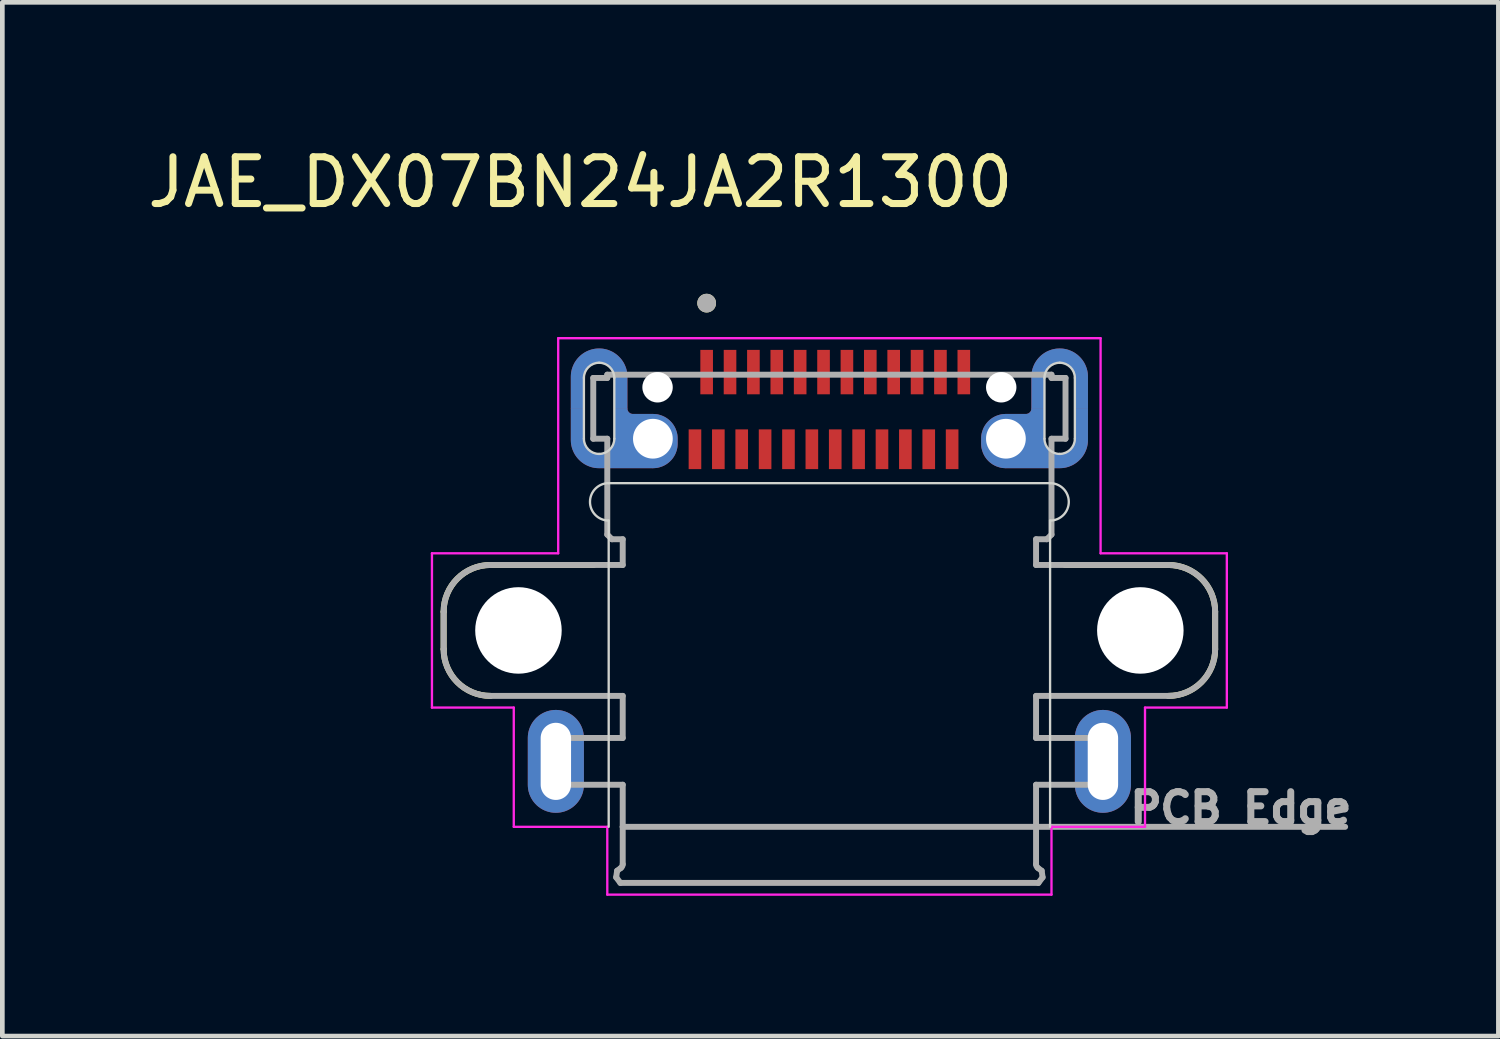
<source format=kicad_pcb>
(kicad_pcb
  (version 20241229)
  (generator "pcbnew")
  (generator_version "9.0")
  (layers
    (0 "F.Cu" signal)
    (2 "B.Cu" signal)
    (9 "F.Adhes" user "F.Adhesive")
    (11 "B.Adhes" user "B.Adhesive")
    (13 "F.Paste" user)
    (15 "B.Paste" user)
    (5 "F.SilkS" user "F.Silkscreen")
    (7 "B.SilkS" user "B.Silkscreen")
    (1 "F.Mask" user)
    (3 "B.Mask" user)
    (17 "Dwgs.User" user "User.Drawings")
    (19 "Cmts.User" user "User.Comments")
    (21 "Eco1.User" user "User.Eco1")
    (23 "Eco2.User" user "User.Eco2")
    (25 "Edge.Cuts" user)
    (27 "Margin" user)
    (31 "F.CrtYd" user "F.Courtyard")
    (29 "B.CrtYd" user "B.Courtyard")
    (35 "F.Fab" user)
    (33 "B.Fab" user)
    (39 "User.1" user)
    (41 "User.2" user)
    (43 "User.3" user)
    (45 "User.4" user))
  (footprint "JAE_DX07BN24JA2R1300"
    (layer "F.Cu")
    (at 14.688 5.233)
    (property "Reference" "JAE_DX07BN24JA2R1300" (at -5.325 -4.385 0) (layer "F.SilkS") (effects (font (size 1 1) (thickness 0.15))))
    (attr smd)
    (fp_poly (pts (xy -3.77 1.825) (xy -3.738 1.824) (xy -3.705 1.822) (xy -3.673 1.817) (xy -3.641 1.811) (xy -3.61 1.804) (xy -3.578 1.795) (xy -3.548 1.784) (xy -3.518 1.771) (xy -3.489 1.757) (xy -3.46 1.742) (xy -3.432 1.725) (xy -3.406 1.707) (xy -3.38 1.687) (xy -3.355 1.666) (xy -3.332 1.643) (xy -3.309 1.62) (xy -3.288 1.595) (xy -3.268 1.569) (xy -3.25 1.543) (xy -3.233 1.515) (xy -3.218 1.486) (xy -3.204 1.457) (xy -3.191 1.427) (xy -3.18 1.397) (xy -3.171 1.365) (xy -3.164 1.334) (xy -3.158 1.302) (xy -3.153 1.27) (xy -3.151 1.237) (xy -3.15 1.205) (xy -3.15 1.1) (xy -3.151 1.067) (xy -3.153 1.035) (xy -3.158 1.002) (xy -3.164 0.97) (xy -3.171 0.938) (xy -3.181 0.907) (xy -3.192 0.876) (xy -3.204 0.846) (xy -3.218 0.816) (xy -3.234 0.788) (xy -3.251 0.76) (xy -3.269 0.733) (xy -3.289 0.707) (xy -3.311 0.682) (xy -3.333 0.658) (xy -3.357 0.636) (xy -3.382 0.614) (xy -3.408 0.594) (xy -3.435 0.576) (xy -3.462 0.559) (xy -3.491 0.543) (xy -3.521 0.529) (xy -3.551 0.517) (xy -3.582 0.506) (xy -3.613 0.496) (xy -3.645 0.489) (xy -3.677 0.483) (xy -3.71 0.478) (xy -3.742 0.476) (xy -3.775 0.475) (xy -4.2 0.475) (xy -4.201 0.475) (xy -4.203 0.475) (xy -4.204 0.475) (xy -4.205 0.474) (xy -4.206 0.474) (xy -4.208 0.474) (xy -4.209 0.473) (xy -4.21 0.473) (xy -4.211 0.472) (xy -4.213 0.472) (xy -4.214 0.471) (xy -4.215 0.47) (xy -4.216 0.469) (xy -4.217 0.469) (xy -4.218 0.468) (xy -4.219 0.467) (xy -4.219 0.466) (xy -4.22 0.465) (xy -4.221 0.464) (xy -4.222 0.463) (xy -4.222 0.461) (xy -4.223 0.46) (xy -4.223 0.459) (xy -4.224 0.458) (xy -4.224 0.456) (xy -4.224 0.455) (xy -4.225 0.454) (xy -4.225 0.453) (xy -4.225 0.451) (xy -4.225 0.45) (xy -4.225 -0.225) (xy -4.226 -0.262) (xy -4.229 -0.298) (xy -4.234 -0.335) (xy -4.24 -0.371) (xy -4.249 -0.406) (xy -4.259 -0.441) (xy -4.271 -0.476) (xy -4.286 -0.51) (xy -4.301 -0.543) (xy -4.319 -0.575) (xy -4.338 -0.606) (xy -4.359 -0.636) (xy -4.381 -0.666) (xy -4.405 -0.693) (xy -4.43 -0.72) (xy -4.457 -0.745) (xy -4.484 -0.769) (xy -4.514 -0.791) (xy -4.544 -0.812) (xy -4.575 -0.831) (xy -4.607 -0.849) (xy -4.64 -0.864) (xy -4.674 -0.879) (xy -4.709 -0.891) (xy -4.744 -0.901) (xy -4.779 -0.91) (xy -4.815 -0.916) (xy -4.852 -0.921) (xy -4.888 -0.924) (xy -4.925 -0.925) (xy -4.962 -0.924) (xy -4.998 -0.921) (xy -5.035 -0.916) (xy -5.071 -0.91) (xy -5.106 -0.901) (xy -5.141 -0.891) (xy -5.176 -0.879) (xy -5.21 -0.864) (xy -5.243 -0.849) (xy -5.275 -0.831) (xy -5.306 -0.812) (xy -5.336 -0.791) (xy -5.366 -0.769) (xy -5.393 -0.745) (xy -5.42 -0.72) (xy -5.445 -0.693) (xy -5.469 -0.666) (xy -5.491 -0.636) (xy -5.512 -0.606) (xy -5.531 -0.575) (xy -5.549 -0.543) (xy -5.564 -0.51) (xy -5.579 -0.476) (xy -5.591 -0.441) (xy -5.601 -0.406) (xy -5.61 -0.371) (xy -5.616 -0.335) (xy -5.621 -0.298) (xy -5.624 -0.262) (xy -5.625 -0.225) (xy -5.625 1.125) (xy -5.624 1.162) (xy -5.621 1.198) (xy -5.616 1.235) (xy -5.61 1.271) (xy -5.601 1.306) (xy -5.591 1.341) (xy -5.579 1.376) (xy -5.564 1.41) (xy -5.549 1.443) (xy -5.531 1.475) (xy -5.512 1.506) (xy -5.491 1.536) (xy -5.469 1.566) (xy -5.445 1.593) (xy -5.42 1.62) (xy -5.393 1.645) (xy -5.366 1.669) (xy -5.336 1.691) (xy -5.306 1.712) (xy -5.275 1.731) (xy -5.243 1.749) (xy -5.21 1.764) (xy -5.176 1.779) (xy -5.141 1.791) (xy -5.106 1.801) (xy -5.071 1.81) (xy -5.035 1.816) (xy -4.998 1.821) (xy -4.962 1.824) (xy -4.925 1.825) (xy -3.77 1.825)) (stroke (width 0.01) (type solid)) (fill yes) (layer "F.Mask"))
    (fp_poly (pts (xy 3.77 1.825) (xy 3.738 1.824) (xy 3.705 1.822) (xy 3.673 1.817) (xy 3.641 1.811) (xy 3.61 1.804) (xy 3.578 1.795) (xy 3.548 1.784) (xy 3.518 1.771) (xy 3.489 1.757) (xy 3.46 1.742) (xy 3.432 1.725) (xy 3.406 1.707) (xy 3.38 1.687) (xy 3.355 1.666) (xy 3.332 1.643) (xy 3.309 1.62) (xy 3.288 1.595) (xy 3.268 1.569) (xy 3.25 1.543) (xy 3.233 1.515) (xy 3.218 1.486) (xy 3.204 1.457) (xy 3.191 1.427) (xy 3.18 1.397) (xy 3.171 1.365) (xy 3.164 1.334) (xy 3.158 1.302) (xy 3.153 1.27) (xy 3.151 1.237) (xy 3.15 1.205) (xy 3.15 1.1) (xy 3.151 1.067) (xy 3.153 1.035) (xy 3.158 1.002) (xy 3.164 0.97) (xy 3.171 0.938) (xy 3.181 0.907) (xy 3.192 0.876) (xy 3.204 0.846) (xy 3.218 0.816) (xy 3.234 0.788) (xy 3.251 0.76) (xy 3.269 0.733) (xy 3.289 0.707) (xy 3.311 0.682) (xy 3.333 0.658) (xy 3.357 0.636) (xy 3.382 0.614) (xy 3.408 0.594) (xy 3.435 0.576) (xy 3.462 0.559) (xy 3.491 0.543) (xy 3.521 0.529) (xy 3.551 0.517) (xy 3.582 0.506) (xy 3.613 0.496) (xy 3.645 0.489) (xy 3.677 0.483) (xy 3.71 0.478) (xy 3.742 0.476) (xy 3.775 0.475) (xy 4.2 0.475) (xy 4.201 0.475) (xy 4.203 0.475) (xy 4.204 0.475) (xy 4.205 0.474) (xy 4.206 0.474) (xy 4.208 0.474) (xy 4.209 0.473) (xy 4.21 0.473) (xy 4.211 0.472) (xy 4.213 0.472) (xy 4.214 0.471) (xy 4.215 0.47) (xy 4.216 0.469) (xy 4.217 0.469) (xy 4.218 0.468) (xy 4.219 0.467) (xy 4.219 0.466) (xy 4.22 0.465) (xy 4.221 0.464) (xy 4.222 0.463) (xy 4.222 0.461) (xy 4.223 0.46) (xy 4.223 0.459) (xy 4.224 0.458) (xy 4.224 0.456) (xy 4.224 0.455) (xy 4.225 0.454) (xy 4.225 0.453) (xy 4.225 0.451) (xy 4.225 0.45) (xy 4.225 -0.225) (xy 4.226 -0.262) (xy 4.229 -0.298) (xy 4.234 -0.335) (xy 4.24 -0.371) (xy 4.249 -0.406) (xy 4.259 -0.441) (xy 4.271 -0.476) (xy 4.286 -0.51) (xy 4.301 -0.543) (xy 4.319 -0.575) (xy 4.338 -0.606) (xy 4.359 -0.636) (xy 4.381 -0.666) (xy 4.405 -0.693) (xy 4.43 -0.72) (xy 4.457 -0.745) (xy 4.484 -0.769) (xy 4.514 -0.791) (xy 4.544 -0.812) (xy 4.575 -0.831) (xy 4.607 -0.849) (xy 4.64 -0.864) (xy 4.674 -0.879) (xy 4.709 -0.891) (xy 4.744 -0.901) (xy 4.779 -0.91) (xy 4.815 -0.916) (xy 4.852 -0.921) (xy 4.888 -0.924) (xy 4.925 -0.925) (xy 4.962 -0.924) (xy 4.998 -0.921) (xy 5.035 -0.916) (xy 5.071 -0.91) (xy 5.106 -0.901) (xy 5.141 -0.891) (xy 5.176 -0.879) (xy 5.21 -0.864) (xy 5.243 -0.849) (xy 5.275 -0.831) (xy 5.306 -0.812) (xy 5.336 -0.791) (xy 5.366 -0.769) (xy 5.393 -0.745) (xy 5.42 -0.72) (xy 5.445 -0.693) (xy 5.469 -0.666) (xy 5.491 -0.636) (xy 5.512 -0.606) (xy 5.531 -0.575) (xy 5.549 -0.543) (xy 5.564 -0.51) (xy 5.579 -0.476) (xy 5.591 -0.441) (xy 5.601 -0.406) (xy 5.61 -0.371) (xy 5.616 -0.335) (xy 5.621 -0.298) (xy 5.624 -0.262) (xy 5.625 -0.225) (xy 5.625 1.125) (xy 5.624 1.162) (xy 5.621 1.198) (xy 5.616 1.235) (xy 5.61 1.271) (xy 5.601 1.306) (xy 5.591 1.341) (xy 5.579 1.376) (xy 5.564 1.41) (xy 5.549 1.443) (xy 5.531 1.475) (xy 5.512 1.506) (xy 5.491 1.536) (xy 5.469 1.566) (xy 5.445 1.593) (xy 5.42 1.62) (xy 5.393 1.645) (xy 5.366 1.669) (xy 5.336 1.691) (xy 5.306 1.712) (xy 5.275 1.731) (xy 5.243 1.749) (xy 5.21 1.764) (xy 5.176 1.779) (xy 5.141 1.791) (xy 5.106 1.801) (xy 5.071 1.81) (xy 5.035 1.816) (xy 4.998 1.821) (xy 4.962 1.824) (xy 4.925 1.825) (xy 3.77 1.825)) (stroke (width 0.01) (type solid)) (fill yes) (layer "F.Mask"))
    (fp_poly (pts (xy -3.77 1.825) (xy -3.738 1.824) (xy -3.705 1.822) (xy -3.673 1.817) (xy -3.641 1.811) (xy -3.61 1.804) (xy -3.578 1.795) (xy -3.548 1.784) (xy -3.518 1.771) (xy -3.489 1.757) (xy -3.46 1.742) (xy -3.432 1.725) (xy -3.406 1.707) (xy -3.38 1.687) (xy -3.355 1.666) (xy -3.332 1.643) (xy -3.309 1.62) (xy -3.288 1.595) (xy -3.268 1.569) (xy -3.25 1.543) (xy -3.233 1.515) (xy -3.218 1.486) (xy -3.204 1.457) (xy -3.191 1.427) (xy -3.18 1.397) (xy -3.171 1.365) (xy -3.164 1.334) (xy -3.158 1.302) (xy -3.153 1.27) (xy -3.151 1.237) (xy -3.15 1.205) (xy -3.15 1.1) (xy -3.151 1.067) (xy -3.153 1.035) (xy -3.158 1.002) (xy -3.164 0.97) (xy -3.171 0.938) (xy -3.181 0.907) (xy -3.192 0.876) (xy -3.204 0.846) (xy -3.218 0.816) (xy -3.234 0.788) (xy -3.251 0.76) (xy -3.269 0.733) (xy -3.289 0.707) (xy -3.311 0.682) (xy -3.333 0.658) (xy -3.357 0.636) (xy -3.382 0.614) (xy -3.408 0.594) (xy -3.435 0.576) (xy -3.462 0.559) (xy -3.491 0.543) (xy -3.521 0.529) (xy -3.551 0.517) (xy -3.582 0.506) (xy -3.613 0.496) (xy -3.645 0.489) (xy -3.677 0.483) (xy -3.71 0.478) (xy -3.742 0.476) (xy -3.775 0.475) (xy -4.2 0.475) (xy -4.201 0.475) (xy -4.203 0.475) (xy -4.204 0.475) (xy -4.205 0.474) (xy -4.206 0.474) (xy -4.208 0.474) (xy -4.209 0.473) (xy -4.21 0.473) (xy -4.211 0.472) (xy -4.213 0.472) (xy -4.214 0.471) (xy -4.215 0.47) (xy -4.216 0.469) (xy -4.217 0.469) (xy -4.218 0.468) (xy -4.219 0.467) (xy -4.219 0.466) (xy -4.22 0.465) (xy -4.221 0.464) (xy -4.222 0.463) (xy -4.222 0.461) (xy -4.223 0.46) (xy -4.223 0.459) (xy -4.224 0.458) (xy -4.224 0.456) (xy -4.224 0.455) (xy -4.225 0.454) (xy -4.225 0.453) (xy -4.225 0.451) (xy -4.225 0.45) (xy -4.225 -0.225) (xy -4.226 -0.262) (xy -4.229 -0.298) (xy -4.234 -0.335) (xy -4.24 -0.371) (xy -4.249 -0.406) (xy -4.259 -0.441) (xy -4.271 -0.476) (xy -4.286 -0.51) (xy -4.301 -0.543) (xy -4.319 -0.575) (xy -4.338 -0.606) (xy -4.359 -0.636) (xy -4.381 -0.666) (xy -4.405 -0.693) (xy -4.43 -0.72) (xy -4.457 -0.745) (xy -4.484 -0.769) (xy -4.514 -0.791) (xy -4.544 -0.812) (xy -4.575 -0.831) (xy -4.607 -0.849) (xy -4.64 -0.864) (xy -4.674 -0.879) (xy -4.709 -0.891) (xy -4.744 -0.901) (xy -4.779 -0.91) (xy -4.815 -0.916) (xy -4.852 -0.921) (xy -4.888 -0.924) (xy -4.925 -0.925) (xy -4.962 -0.924) (xy -4.998 -0.921) (xy -5.035 -0.916) (xy -5.071 -0.91) (xy -5.106 -0.901) (xy -5.141 -0.891) (xy -5.176 -0.879) (xy -5.21 -0.864) (xy -5.243 -0.849) (xy -5.275 -0.831) (xy -5.306 -0.812) (xy -5.336 -0.791) (xy -5.366 -0.769) (xy -5.393 -0.745) (xy -5.42 -0.72) (xy -5.445 -0.693) (xy -5.469 -0.666) (xy -5.491 -0.636) (xy -5.512 -0.606) (xy -5.531 -0.575) (xy -5.549 -0.543) (xy -5.564 -0.51) (xy -5.579 -0.476) (xy -5.591 -0.441) (xy -5.601 -0.406) (xy -5.61 -0.371) (xy -5.616 -0.335) (xy -5.621 -0.298) (xy -5.624 -0.262) (xy -5.625 -0.225) (xy -5.625 1.125) (xy -5.624 1.162) (xy -5.621 1.198) (xy -5.616 1.235) (xy -5.61 1.271) (xy -5.601 1.306) (xy -5.591 1.341) (xy -5.579 1.376) (xy -5.564 1.41) (xy -5.549 1.443) (xy -5.531 1.475) (xy -5.512 1.506) (xy -5.491 1.536) (xy -5.469 1.566) (xy -5.445 1.593) (xy -5.42 1.62) (xy -5.393 1.645) (xy -5.366 1.669) (xy -5.336 1.691) (xy -5.306 1.712) (xy -5.275 1.731) (xy -5.243 1.749) (xy -5.21 1.764) (xy -5.176 1.779) (xy -5.141 1.791) (xy -5.106 1.801) (xy -5.071 1.81) (xy -5.035 1.816) (xy -4.998 1.821) (xy -4.962 1.824) (xy -4.925 1.825) (xy -3.77 1.825)) (stroke (width 0.01) (type solid)) (fill yes) (layer "B.Mask"))
    (fp_poly (pts (xy 3.77 1.825) (xy 3.738 1.824) (xy 3.705 1.822) (xy 3.673 1.817) (xy 3.641 1.811) (xy 3.61 1.804) (xy 3.578 1.795) (xy 3.548 1.784) (xy 3.518 1.771) (xy 3.489 1.757) (xy 3.46 1.742) (xy 3.432 1.725) (xy 3.406 1.707) (xy 3.38 1.687) (xy 3.355 1.666) (xy 3.332 1.643) (xy 3.309 1.62) (xy 3.288 1.595) (xy 3.268 1.569) (xy 3.25 1.543) (xy 3.233 1.515) (xy 3.218 1.486) (xy 3.204 1.457) (xy 3.191 1.427) (xy 3.18 1.397) (xy 3.171 1.365) (xy 3.164 1.334) (xy 3.158 1.302) (xy 3.153 1.27) (xy 3.151 1.237) (xy 3.15 1.205) (xy 3.15 1.1) (xy 3.151 1.067) (xy 3.153 1.035) (xy 3.158 1.002) (xy 3.164 0.97) (xy 3.171 0.938) (xy 3.181 0.907) (xy 3.192 0.876) (xy 3.204 0.846) (xy 3.218 0.816) (xy 3.234 0.788) (xy 3.251 0.76) (xy 3.269 0.733) (xy 3.289 0.707) (xy 3.311 0.682) (xy 3.333 0.658) (xy 3.357 0.636) (xy 3.382 0.614) (xy 3.408 0.594) (xy 3.435 0.576) (xy 3.462 0.559) (xy 3.491 0.543) (xy 3.521 0.529) (xy 3.551 0.517) (xy 3.582 0.506) (xy 3.613 0.496) (xy 3.645 0.489) (xy 3.677 0.483) (xy 3.71 0.478) (xy 3.742 0.476) (xy 3.775 0.475) (xy 4.2 0.475) (xy 4.201 0.475) (xy 4.203 0.475) (xy 4.204 0.475) (xy 4.205 0.474) (xy 4.206 0.474) (xy 4.208 0.474) (xy 4.209 0.473) (xy 4.21 0.473) (xy 4.211 0.472) (xy 4.213 0.472) (xy 4.214 0.471) (xy 4.215 0.47) (xy 4.216 0.469) (xy 4.217 0.469) (xy 4.218 0.468) (xy 4.219 0.467) (xy 4.219 0.466) (xy 4.22 0.465) (xy 4.221 0.464) (xy 4.222 0.463) (xy 4.222 0.461) (xy 4.223 0.46) (xy 4.223 0.459) (xy 4.224 0.458) (xy 4.224 0.456) (xy 4.224 0.455) (xy 4.225 0.454) (xy 4.225 0.453) (xy 4.225 0.451) (xy 4.225 0.45) (xy 4.225 -0.225) (xy 4.226 -0.262) (xy 4.229 -0.298) (xy 4.234 -0.335) (xy 4.24 -0.371) (xy 4.249 -0.406) (xy 4.259 -0.441) (xy 4.271 -0.476) (xy 4.286 -0.51) (xy 4.301 -0.543) (xy 4.319 -0.575) (xy 4.338 -0.606) (xy 4.359 -0.636) (xy 4.381 -0.666) (xy 4.405 -0.693) (xy 4.43 -0.72) (xy 4.457 -0.745) (xy 4.484 -0.769) (xy 4.514 -0.791) (xy 4.544 -0.812) (xy 4.575 -0.831) (xy 4.607 -0.849) (xy 4.64 -0.864) (xy 4.674 -0.879) (xy 4.709 -0.891) (xy 4.744 -0.901) (xy 4.779 -0.91) (xy 4.815 -0.916) (xy 4.852 -0.921) (xy 4.888 -0.924) (xy 4.925 -0.925) (xy 4.962 -0.924) (xy 4.998 -0.921) (xy 5.035 -0.916) (xy 5.071 -0.91) (xy 5.106 -0.901) (xy 5.141 -0.891) (xy 5.176 -0.879) (xy 5.21 -0.864) (xy 5.243 -0.849) (xy 5.275 -0.831) (xy 5.306 -0.812) (xy 5.336 -0.791) (xy 5.366 -0.769) (xy 5.393 -0.745) (xy 5.42 -0.72) (xy 5.445 -0.693) (xy 5.469 -0.666) (xy 5.491 -0.636) (xy 5.512 -0.606) (xy 5.531 -0.575) (xy 5.549 -0.543) (xy 5.564 -0.51) (xy 5.579 -0.476) (xy 5.591 -0.441) (xy 5.601 -0.406) (xy 5.61 -0.371) (xy 5.616 -0.335) (xy 5.621 -0.298) (xy 5.624 -0.262) (xy 5.625 -0.225) (xy 5.625 1.125) (xy 5.624 1.162) (xy 5.621 1.198) (xy 5.616 1.235) (xy 5.61 1.271) (xy 5.601 1.306) (xy 5.591 1.341) (xy 5.579 1.376) (xy 5.564 1.41) (xy 5.549 1.443) (xy 5.531 1.475) (xy 5.512 1.506) (xy 5.491 1.536) (xy 5.469 1.566) (xy 5.445 1.593) (xy 5.42 1.62) (xy 5.393 1.645) (xy 5.366 1.669) (xy 5.336 1.691) (xy 5.306 1.712) (xy 5.275 1.731) (xy 5.243 1.749) (xy 5.21 1.764) (xy 5.176 1.779) (xy 5.141 1.791) (xy 5.106 1.801) (xy 5.071 1.81) (xy 5.035 1.816) (xy 4.998 1.821) (xy 4.962 1.824) (xy 4.925 1.825) (xy 3.77 1.825)) (stroke (width 0.01) (type solid)) (fill yes) (layer "B.Mask"))
    (fp_line (start -8.25 5.6) (end -8.25 4.8) (stroke (width 0.127) (type solid)) (layer "F.SilkS"))
    (fp_line (start -7.25 3.8) (end -5.04 3.8) (stroke (width 0.127) (type solid)) (layer "F.SilkS"))
    (fp_line (start 5.04 3.8) (end 7.25 3.8) (stroke (width 0.127) (type solid)) (layer "F.SilkS"))
    (fp_line (start 8.25 4.8) (end 8.25 5.6) (stroke (width 0.127) (type solid)) (layer "F.SilkS"))
    (fp_arc (start -8.25 4.8) (mid -7.957107 4.092893) (end -7.25 3.8) (stroke (width 0.127) (type solid)) (layer "F.SilkS"))
    (fp_arc (start -7.25 6.6) (mid -7.957107 6.307107) (end -8.25 5.6) (stroke (width 0.127) (type solid)) (layer "F.SilkS"))
    (fp_arc (start 7.25 3.8) (mid 7.957107 4.092893) (end 8.25 4.8) (stroke (width 0.127) (type solid)) (layer "F.SilkS"))
    (fp_arc (start 8.25 5.6) (mid 7.957107 6.307107) (end 7.25 6.6) (stroke (width 0.127) (type solid)) (layer "F.SilkS"))
    (fp_circle (center -2.625 -1.8) (end -2.525 -1.8) (stroke (width 0.2) (type solid)) (fill no) (layer "F.SilkS"))
    (fp_line (start -5.25 -0.2) (end -5.25 1.1) (stroke (width 0.05) (type solid)) (layer "Edge.Cuts"))
    (fp_line (start -4.72 2.05) (end 4.72 2.05) (stroke (width 0.05) (type solid)) (layer "Edge.Cuts"))
    (fp_line (start -4.72 9.4) (end -4.72 2.85) (stroke (width 0.05) (type solid)) (layer "Edge.Cuts"))
    (fp_line (start -4.6 1.1) (end -4.6 -0.2) (stroke (width 0.05) (type solid)) (layer "Edge.Cuts"))
    (fp_line (start 4.6 1.1) (end 4.6 -0.2) (stroke (width 0.05) (type solid)) (layer "Edge.Cuts"))
    (fp_line (start 4.72 2.85) (end 4.72 9.4) (stroke (width 0.05) (type solid)) (layer "Edge.Cuts"))
    (fp_line (start 5.25 -0.2) (end 5.25 1.1) (stroke (width 0.05) (type solid)) (layer "Edge.Cuts"))
    (fp_arc (start -5.25 -0.2) (mid -5.15481 -0.42981) (end -4.925 -0.525) (stroke (width 0.05) (type solid)) (layer "Edge.Cuts"))
    (fp_arc (start -4.925 -0.525) (mid -4.69519 -0.42981) (end -4.6 -0.2) (stroke (width 0.05) (type solid)) (layer "Edge.Cuts"))
    (fp_arc (start -4.925 1.425) (mid -5.15481 1.32981) (end -5.25 1.1) (stroke (width 0.05) (type solid)) (layer "Edge.Cuts"))
    (fp_arc (start -4.72 2.85) (mid -5.12 2.45) (end -4.72 2.05) (stroke (width 0.05) (type solid)) (layer "Edge.Cuts"))
    (fp_arc (start -4.6 1.1) (mid -4.69519 1.32981) (end -4.925 1.425) (stroke (width 0.05) (type solid)) (layer "Edge.Cuts"))
    (fp_arc (start 4.6 -0.2) (mid 4.69519 -0.42981) (end 4.925 -0.525) (stroke (width 0.05) (type solid)) (layer "Edge.Cuts"))
    (fp_arc (start 4.72 2.05) (mid 5.12 2.45) (end 4.72 2.85) (stroke (width 0.05) (type solid)) (layer "Edge.Cuts"))
    (fp_arc (start 4.925 -0.525) (mid 5.15481 -0.42981) (end 5.25 -0.2) (stroke (width 0.05) (type solid)) (layer "Edge.Cuts"))
    (fp_arc (start 4.925 1.425) (mid 4.69519 1.32981) (end 4.6 1.1) (stroke (width 0.05) (type solid)) (layer "Edge.Cuts"))
    (fp_arc (start 5.25 1.1) (mid 5.15481 1.32981) (end 4.925 1.425) (stroke (width 0.05) (type solid)) (layer "Edge.Cuts"))
    (fp_line (start -8.5 3.55) (end -8.5 6.85) (stroke (width 0.05) (type solid)) (layer "F.CrtYd"))
    (fp_line (start -8.5 3.55) (end -5.8 3.55) (stroke (width 0.05) (type default)) (layer "F.CrtYd"))
    (fp_line (start -8.5 6.85) (end -6.75 6.85) (stroke (width 0.05) (type default)) (layer "F.CrtYd"))
    (fp_line (start -6.75 6.85) (end -6.75 9.4) (stroke (width 0.05) (type default)) (layer "F.CrtYd"))
    (fp_line (start -5.8 3.55) (end -5.8 -1.05) (stroke (width 0.05) (type default)) (layer "F.CrtYd"))
    (fp_line (start -4.75 9.4) (end -6.75 9.4) (stroke (width 0.05) (type default)) (layer "F.CrtYd"))
    (fp_line (start -4.75 9.4) (end -4.75 10.85) (stroke (width 0.05) (type default)) (layer "F.CrtYd"))
    (fp_line (start -4.75 10.85) (end 4.75 10.85) (stroke (width 0.05) (type solid)) (layer "F.CrtYd"))
    (fp_line (start 4.75 9.4) (end 4.75 10.85) (stroke (width 0.05) (type default)) (layer "F.CrtYd"))
    (fp_line (start 5.8 -1.05) (end -5.8 -1.05) (stroke (width 0.05) (type solid)) (layer "F.CrtYd"))
    (fp_line (start 5.8 3.55) (end 5.8 -1.05) (stroke (width 0.05) (type default)) (layer "F.CrtYd"))
    (fp_line (start 5.8 3.55) (end 8.5 3.55) (stroke (width 0.05) (type default)) (layer "F.CrtYd"))
    (fp_line (start 6.75 6.85) (end 6.75 9.4) (stroke (width 0.05) (type default)) (layer "F.CrtYd"))
    (fp_line (start 6.75 6.85) (end 8.5 6.85) (stroke (width 0.05) (type default)) (layer "F.CrtYd"))
    (fp_line (start 6.75 9.4) (end 4.75 9.4) (stroke (width 0.05) (type default)) (layer "F.CrtYd"))
    (fp_line (start 8.5 6.85) (end 8.5 3.55) (stroke (width 0.05) (type solid)) (layer "F.CrtYd"))
    (fp_line (start -8.25 5.6) (end -8.25 4.8) (stroke (width 0.127) (type solid)) (layer "F.Fab"))
    (fp_line (start -7.25 3.8) (end -4.42 3.8) (stroke (width 0.127) (type solid)) (layer "F.Fab"))
    (fp_line (start -5.975 7.5) (end -4.42 7.5) (stroke (width 0.127) (type solid)) (layer "F.Fab"))
    (fp_line (start -5.975 8.5) (end -5.975 7.5) (stroke (width 0.127) (type solid)) (layer "F.Fab"))
    (fp_line (start -5.05 -0.2) (end -4.75 -0.2) (stroke (width 0.127) (type solid)) (layer "F.Fab"))
    (fp_line (start -5.05 1.1) (end -5.05 -0.2) (stroke (width 0.127) (type solid)) (layer "F.Fab"))
    (fp_line (start -4.75 -0.27) (end 4.75 -0.27) (stroke (width 0.127) (type solid)) (layer "F.Fab"))
    (fp_line (start -4.75 -0.2) (end -4.75 -0.27) (stroke (width 0.127) (type solid)) (layer "F.Fab"))
    (fp_line (start -4.75 1.1) (end -5.05 1.1) (stroke (width 0.127) (type solid)) (layer "F.Fab"))
    (fp_line (start -4.75 3.15) (end -4.75 1.1) (stroke (width 0.127) (type solid)) (layer "F.Fab"))
    (fp_line (start -4.65 3.25) (end -4.75 3.15) (stroke (width 0.127) (type solid)) (layer "F.Fab"))
    (fp_line (start -4.56 10.48) (end -4.54 10.34) (stroke (width 0.127) (type solid)) (layer "F.Fab"))
    (fp_line (start -4.54 10.34) (end -4.46 10.28) (stroke (width 0.127) (type solid)) (layer "F.Fab"))
    (fp_line (start -4.47 10.6) (end -4.56 10.48) (stroke (width 0.127) (type solid)) (layer "F.Fab"))
    (fp_line (start -4.42 3.25) (end -4.65 3.25) (stroke (width 0.127) (type solid)) (layer "F.Fab"))
    (fp_line (start -4.42 3.8) (end -4.42 3.25) (stroke (width 0.127) (type solid)) (layer "F.Fab"))
    (fp_line (start -4.42 6.6) (end -7.25 6.6) (stroke (width 0.127) (type solid)) (layer "F.Fab"))
    (fp_line (start -4.42 7.5) (end -4.42 6.6) (stroke (width 0.127) (type solid)) (layer "F.Fab"))
    (fp_line (start -4.42 8.5) (end -5.975 8.5) (stroke (width 0.127) (type solid)) (layer "F.Fab"))
    (fp_line (start -4.42 9.4) (end -4.42 8.5) (stroke (width 0.127) (type solid)) (layer "F.Fab"))
    (fp_line (start -4.42 9.4) (end 11.03 9.4) (stroke (width 0.127) (type solid)) (layer "F.Fab"))
    (fp_line (start -4.42 10.2) (end -4.42 9.4) (stroke (width 0.127) (type solid)) (layer "F.Fab"))
    (fp_line (start 4.42 3.25) (end 4.42 3.8) (stroke (width 0.127) (type solid)) (layer "F.Fab"))
    (fp_line (start 4.42 3.8) (end 7.25 3.8) (stroke (width 0.127) (type solid)) (layer "F.Fab"))
    (fp_line (start 4.42 6.6) (end 4.42 7.5) (stroke (width 0.127) (type solid)) (layer "F.Fab"))
    (fp_line (start 4.42 7.5) (end 5.975 7.5) (stroke (width 0.127) (type solid)) (layer "F.Fab"))
    (fp_line (start 4.42 8.5) (end 4.42 10.2) (stroke (width 0.127) (type solid)) (layer "F.Fab"))
    (fp_line (start 4.46 10.28) (end 4.54 10.34) (stroke (width 0.127) (type solid)) (layer "F.Fab"))
    (fp_line (start 4.47 10.6) (end -4.47 10.6) (stroke (width 0.127) (type solid)) (layer "F.Fab"))
    (fp_line (start 4.54 10.34) (end 4.56 10.48) (stroke (width 0.127) (type solid)) (layer "F.Fab"))
    (fp_line (start 4.56 10.48) (end 4.47 10.6) (stroke (width 0.127) (type solid)) (layer "F.Fab"))
    (fp_line (start 4.65 3.25) (end 4.42 3.25) (stroke (width 0.127) (type solid)) (layer "F.Fab"))
    (fp_line (start 4.75 -0.27) (end 4.75 -0.2) (stroke (width 0.127) (type solid)) (layer "F.Fab"))
    (fp_line (start 4.75 -0.2) (end 5.05 -0.2) (stroke (width 0.127) (type solid)) (layer "F.Fab"))
    (fp_line (start 4.75 1.1) (end 4.75 3.15) (stroke (width 0.127) (type solid)) (layer "F.Fab"))
    (fp_line (start 4.75 3.15) (end 4.65 3.25) (stroke (width 0.127) (type solid)) (layer "F.Fab"))
    (fp_line (start 5.05 -0.2) (end 5.05 1.1) (stroke (width 0.127) (type solid)) (layer "F.Fab"))
    (fp_line (start 5.05 1.1) (end 4.75 1.1) (stroke (width 0.127) (type solid)) (layer "F.Fab"))
    (fp_line (start 5.975 7.5) (end 5.975 8.5) (stroke (width 0.127) (type solid)) (layer "F.Fab"))
    (fp_line (start 5.975 8.5) (end 4.42 8.5) (stroke (width 0.127) (type solid)) (layer "F.Fab"))
    (fp_line (start 7.25 6.6) (end 4.42 6.6) (stroke (width 0.127) (type solid)) (layer "F.Fab"))
    (fp_line (start 8.25 4.8) (end 8.25 5.6) (stroke (width 0.127) (type solid)) (layer "F.Fab"))
    (fp_arc (start -8.25 4.8) (mid -7.957107 4.092893) (end -7.25 3.8) (stroke (width 0.127) (type solid)) (layer "F.Fab"))
    (fp_arc (start -7.25 6.6) (mid -7.957107 6.307107) (end -8.25 5.6) (stroke (width 0.127) (type solid)) (layer "F.Fab"))
    (fp_arc (start -4.42 10.2) (mid -4.430557 10.244721) (end -4.46 10.28) (stroke (width 0.127) (type solid)) (layer "F.Fab"))
    (fp_arc (start 4.46 10.28) (mid 4.430557 10.244721) (end 4.42 10.2) (stroke (width 0.127) (type solid)) (layer "F.Fab"))
    (fp_arc (start 7.25 3.8) (mid 7.957107 4.092893) (end 8.25 4.8) (stroke (width 0.127) (type solid)) (layer "F.Fab"))
    (fp_arc (start 8.25 5.6) (mid 7.957107 6.307107) (end 7.25 6.6) (stroke (width 0.127) (type solid)) (layer "F.Fab"))
    (fp_circle (center -2.625 -1.8) (end -2.525 -1.8) (stroke (width 0.2) (type solid)) (fill no) (layer "F.Fab"))
    (fp_text user "PCB Edge" (at 8.8 9 0) (layer "F.Fab") (effects (font (size 0.64 0.64) (thickness 0.15))))
    (pad "" np_thru_hole circle (at -6.65 5.2) (size 1.85 1.85) (drill 1.85) (layers "*.Cu" "*.Mask"))
    (pad "" np_thru_hole circle (at -3.675 0) (size 0.65 0.65) (drill 0.65) (layers "*.Cu" "*.Mask"))
    (pad "" np_thru_hole circle (at 3.675 0) (size 0.65 0.65) (drill 0.65) (layers "*.Cu" "*.Mask"))
    (pad "" np_thru_hole circle (at 6.65 5.2) (size 1.85 1.85) (drill 1.85) (layers "*.Cu" "*.Mask"))
    (pad "A1" smd rect (at -2.625 -0.325) (size 0.27 0.95) (layers "F.Cu" "F.Mask" "F.Paste"))
    (pad "A2" smd rect (at -2.125 -0.325) (size 0.27 0.95) (layers "F.Cu" "F.Mask" "F.Paste"))
    (pad "A3" smd rect (at -1.625 -0.325) (size 0.27 0.95) (layers "F.Cu" "F.Mask" "F.Paste"))
    (pad "A4" smd rect (at -1.125 -0.325) (size 0.27 0.95) (layers "F.Cu" "F.Mask" "F.Paste"))
    (pad "A5" smd rect (at -0.625 -0.325) (size 0.27 0.95) (layers "F.Cu" "F.Mask" "F.Paste"))
    (pad "A6" smd rect (at -0.125 -0.325) (size 0.27 0.95) (layers "F.Cu" "F.Mask" "F.Paste"))
    (pad "A7" smd rect (at 0.375 -0.325) (size 0.27 0.95) (layers "F.Cu" "F.Mask" "F.Paste"))
    (pad "A8" smd rect (at 0.875 -0.325) (size 0.27 0.95) (layers "F.Cu" "F.Mask" "F.Paste"))
    (pad "A9" smd rect (at 1.375 -0.325) (size 0.27 0.95) (layers "F.Cu" "F.Mask" "F.Paste"))
    (pad "A10" smd rect (at 1.875 -0.325) (size 0.27 0.95) (layers "F.Cu" "F.Mask" "F.Paste"))
    (pad "A11" smd rect (at 2.375 -0.325) (size 0.27 0.95) (layers "F.Cu" "F.Mask" "F.Paste"))
    (pad "A12" smd rect (at 2.875 -0.325) (size 0.27 0.95) (layers "F.Cu" "F.Mask" "F.Paste"))
    (pad "B1" smd rect (at 2.625 1.325) (size 0.27 0.85) (layers "F.Cu" "F.Mask" "F.Paste"))
    (pad "B2" smd rect (at 2.125 1.325) (size 0.27 0.85) (layers "F.Cu" "F.Mask" "F.Paste"))
    (pad "B3" smd rect (at 1.625 1.325) (size 0.27 0.85) (layers "F.Cu" "F.Mask" "F.Paste"))
    (pad "B4" smd rect (at 1.125 1.325) (size 0.27 0.85) (layers "F.Cu" "F.Mask" "F.Paste"))
    (pad "B5" smd rect (at 0.625 1.325) (size 0.27 0.85) (layers "F.Cu" "F.Mask" "F.Paste"))
    (pad "B6" smd rect (at 0.125 1.325) (size 0.27 0.85) (layers "F.Cu" "F.Mask" "F.Paste"))
    (pad "B7" smd rect (at -0.375 1.325) (size 0.27 0.85) (layers "F.Cu" "F.Mask" "F.Paste"))
    (pad "B8" smd rect (at -0.875 1.325) (size 0.27 0.85) (layers "F.Cu" "F.Mask" "F.Paste"))
    (pad "B9" smd rect (at -1.375 1.325) (size 0.27 0.85) (layers "F.Cu" "F.Mask" "F.Paste"))
    (pad "B10" smd rect (at -1.875 1.325) (size 0.27 0.85) (layers "F.Cu" "F.Mask" "F.Paste"))
    (pad "B11" smd rect (at -2.375 1.325) (size 0.27 0.85) (layers "F.Cu" "F.Mask" "F.Paste"))
    (pad "B12" smd rect (at -2.875 1.325) (size 0.27 0.85) (layers "F.Cu" "F.Mask" "F.Paste"))
    (pad "SH1_1" thru_hole circle (at 3.775 1.1) (size 0.95 0.95) (drill 0.85) (layers "*.Cu"))
    (pad "SH1_3" smd custom (at 4.92 -0.67) (size 0.1 0.1) (layers "F.Cu") (options (anchor rect)) (primitives (gr_poly (pts (xy -0.595 0.445) (xy -0.595 1.12) (xy -0.325 1.12) (xy -0.325 0.47) (xy -0.325 0.453) (xy -0.323 0.436) (xy -0.321 0.418) (xy -0.318 0.401) (xy -0.314 0.385) (xy -0.309 0.368) (xy -0.303 0.352) (xy -0.296 0.336) (xy -0.289 0.32) (xy -0.281 0.305) (xy -0.272 0.29) (xy -0.262 0.276) (xy -0.251 0.262) (xy -0.24 0.249) (xy -0.228 0.237) (xy -0.216 0.225) (xy -0.203 0.214) (xy -0.189 0.203) (xy -0.175 0.193) (xy -0.16 0.184) (xy -0.145 0.176) (xy -0.129 0.169) (xy -0.113 0.162) (xy -0.097 0.156) (xy -0.08 0.151) (xy -0.064 0.147) (xy -0.047 0.144) (xy -0.029 0.142) (xy -0.012 0.14) (xy 0.005 0.14) (xy 0.022 0.14) (xy 0.039 0.142) (xy 0.057 0.144) (xy 0.074 0.147) (xy 0.09 0.151) (xy 0.107 0.156) (xy 0.123 0.162) (xy 0.139 0.169) (xy 0.155 0.176) (xy 0.17 0.184) (xy 0.185 0.193) (xy 0.199 0.203) (xy 0.213 0.214) (xy 0.226 0.225) (xy 0.238 0.237) (xy 0.25 0.249) (xy 0.261 0.262) (xy 0.272 0.276) (xy 0.282 0.29) (xy 0.291 0.305) (xy 0.299 0.32) (xy 0.306 0.336) (xy 0.313 0.352) (xy 0.319 0.368) (xy 0.324 0.385) (xy 0.328 0.401) (xy 0.331 0.418) (xy 0.333 0.436) (xy 0.335 0.453) (xy 0.335 0.47) (xy 0.335 1.12) (xy 0.605 1.12) (xy 0.605 0.445) (xy 0.604 0.414) (xy 0.602 0.382) (xy 0.598 0.351) (xy 0.592 0.32) (xy 0.585 0.29) (xy 0.576 0.26) (xy 0.565 0.23) (xy 0.553 0.201) (xy 0.54 0.173) (xy 0.525 0.145) (xy 0.508 0.118) (xy 0.49 0.092) (xy 0.471 0.067) (xy 0.451 0.044) (xy 0.429 0.021) (xy 0.406 -0.001) (xy 0.383 -0.021) (xy 0.358 -0.04) (xy 0.332 -0.058) (xy 0.305 -0.075) (xy 0.277 -0.09) (xy 0.249 -0.103) (xy 0.22 -0.115) (xy 0.19 -0.126) (xy 0.16 -0.135) (xy 0.13 -0.142) (xy 0.099 -0.148) (xy 0.068 -0.152) (xy 0.036 -0.154) (xy 0.005 -0.155) (xy -0.026 -0.154) (xy -0.058 -0.152) (xy -0.089 -0.148) (xy -0.12 -0.142) (xy -0.15 -0.135) (xy -0.18 -0.126) (xy -0.21 -0.115) (xy -0.239 -0.103) (xy -0.267 -0.09) (xy -0.295 -0.075) (xy -0.322 -0.058) (xy -0.348 -0.04) (xy -0.373 -0.021) (xy -0.396 -0.001) (xy -0.419 0.021) (xy -0.441 0.044) (xy -0.461 0.067) (xy -0.48 0.092) (xy -0.498 0.118) (xy -0.515 0.145) (xy -0.53 0.173) (xy -0.543 0.201) (xy -0.555 0.23) (xy -0.566 0.26) (xy -0.575 0.29) (xy -0.582 0.32) (xy -0.588 0.351) (xy -0.592 0.382) (xy -0.594 0.414) (xy -0.595 0.445)) (width 0.01) (fill yes))))
    (pad "SH1_4" smd custom (at 4.935 1.585) (size 0.1 0.1) (layers "F.Cu") (options (anchor rect)) (primitives (gr_poly (pts (xy -0.01 0.14) (xy -1.16 0.14) (xy -1.16 -0.055) (xy -1.137 -0.056) (xy -1.115 -0.057) (xy -1.093 -0.06) (xy -1.071 -0.064) (xy -1.049 -0.07) (xy -1.027 -0.076) (xy -1.006 -0.084) (xy -0.985 -0.092) (xy -0.965 -0.102) (xy -0.945 -0.113) (xy -0.926 -0.124) (xy -0.907 -0.137) (xy -0.889 -0.151) (xy -0.872 -0.165) (xy -0.856 -0.181) (xy -0.84 -0.197) (xy -0.826 -0.214) (xy -0.812 -0.232) (xy -0.799 -0.251) (xy -0.788 -0.27) (xy -0.777 -0.29) (xy -0.767 -0.31) (xy -0.759 -0.331) (xy -0.751 -0.352) (xy -0.745 -0.374) (xy -0.739 -0.396) (xy -0.735 -0.418) (xy -0.732 -0.44) (xy -0.731 -0.462) (xy -0.73 -0.485) (xy -0.731 -0.508) (xy -0.732 -0.53) (xy -0.735 -0.552) (xy -0.739 -0.574) (xy -0.745 -0.596) (xy -0.751 -0.618) (xy -0.759 -0.639) (xy -0.767 -0.66) (xy -0.777 -0.68) (xy -0.788 -0.7) (xy -0.799 -0.719) (xy -0.812 -0.738) (xy -0.826 -0.756) (xy -0.84 -0.773) (xy -0.856 -0.789) (xy -0.872 -0.805) (xy -0.889 -0.819) (xy -0.907 -0.833) (xy -0.926 -0.846) (xy -0.945 -0.857) (xy -0.965 -0.868) (xy -0.985 -0.878) (xy -1.006 -0.886) (xy -1.027 -0.894) (xy -1.049 -0.9) (xy -1.071 -0.906) (xy -1.093 -0.91) (xy -1.115 -0.913) (xy -1.137 -0.914) (xy -1.16 -0.915) (xy -1.16 -1.01) (xy -0.73 -1.01) (xy -0.724 -1.01) (xy -0.718 -1.011) (xy -0.711 -1.012) (xy -0.705 -1.013) (xy -0.699 -1.015) (xy -0.693 -1.017) (xy -0.687 -1.019) (xy -0.681 -1.021) (xy -0.675 -1.024) (xy -0.669 -1.027) (xy -0.664 -1.031) (xy -0.659 -1.035) (xy -0.654 -1.039) (xy -0.649 -1.043) (xy -0.644 -1.047) (xy -0.64 -1.052) (xy -0.636 -1.057) (xy -0.632 -1.062) (xy -0.629 -1.068) (xy -0.625 -1.073) (xy -0.622 -1.079) (xy -0.62 -1.085) (xy -0.617 -1.091) (xy -0.615 -1.097) (xy -0.614 -1.103) (xy -0.612 -1.109) (xy -0.611 -1.115) (xy -0.61 -1.122) (xy -0.61 -1.128) (xy -0.61 -1.135) (xy -0.34 -1.135) (xy -0.34 -0.485) (xy -0.34 -0.468) (xy -0.338 -0.451) (xy -0.336 -0.433) (xy -0.333 -0.416) (xy -0.329 -0.4) (xy -0.324 -0.383) (xy -0.318 -0.367) (xy -0.311 -0.351) (xy -0.304 -0.335) (xy -0.296 -0.32) (xy -0.287 -0.305) (xy -0.277 -0.291) (xy -0.266 -0.277) (xy -0.255 -0.264) (xy -0.243 -0.252) (xy -0.231 -0.24) (xy -0.218 -0.229) (xy -0.204 -0.218) (xy -0.19 -0.208) (xy -0.175 -0.199) (xy -0.16 -0.191) (xy -0.144 -0.184) (xy -0.128 -0.177) (xy -0.112 -0.171) (xy -0.095 -0.166) (xy -0.079 -0.162) (xy -0.062 -0.159) (xy -0.044 -0.157) (xy -0.027 -0.155) (xy -0.01 -0.155) (xy 0.007 -0.155) (xy 0.024 -0.157) (xy 0.042 -0.159) (xy 0.059 -0.162) (xy 0.075 -0.166) (xy 0.092 -0.171) (xy 0.108 -0.177) (xy 0.124 -0.184) (xy 0.14 -0.191) (xy 0.155 -0.199) (xy 0.17 -0.208) (xy 0.184 -0.218) (xy 0.198 -0.229) (xy 0.211 -0.24) (xy 0.223 -0.252) (xy 0.235 -0.264) (xy 0.246 -0.277) (xy 0.257 -0.291) (xy 0.267 -0.305) (xy 0.276 -0.32) (xy 0.284 -0.335) (xy 0.291 -0.351) (xy 0.298 -0.367) (xy 0.304 -0.383) (xy 0.309 -0.4) (xy 0.313 -0.416) (xy 0.316 -0.433) (xy 0.318 -0.451) (xy 0.32 -0.468) (xy 0.32 -0.485) (xy 0.32 -1.135) (xy 0.59 -1.135) (xy 0.59 -0.46) (xy 0.589 -0.429) (xy 0.587 -0.397) (xy 0.583 -0.366) (xy 0.577 -0.335) (xy 0.57 -0.305) (xy 0.561 -0.275) (xy 0.55 -0.245) (xy 0.538 -0.216) (xy 0.525 -0.188) (xy 0.51 -0.16) (xy 0.493 -0.133) (xy 0.475 -0.107) (xy 0.456 -0.082) (xy 0.436 -0.059) (xy 0.414 -0.036) (xy 0.391 -0.014) (xy 0.368 0.006) (xy 0.343 0.025) (xy 0.317 0.043) (xy 0.29 0.06) (xy 0.262 0.075) (xy 0.234 0.088) (xy 0.205 0.1) (xy 0.175 0.111) (xy 0.145 0.12) (xy 0.115 0.127) (xy 0.084 0.133) (xy 0.053 0.137) (xy 0.021 0.139) (xy -0.01 0.14)) (width 0.01) (fill yes))))
    (pad "SH1_5" smd custom (at 3.66 1.635) (size 0.1 0.1) (layers "F.Cu") (options (anchor rect)) (primitives (gr_poly (pts (xy 0.115 0.09) (xy 0.085 0.089) (xy 0.058 0.087) (xy 0.031 0.084) (xy 0.004 0.079) (xy -0.023 0.072) (xy -0.049 0.064) (xy -0.075 0.055) (xy -0.1 0.045) (xy -0.125 0.033) (xy -0.149 0.02) (xy -0.172 0.006) (xy -0.195 -0.01) (xy -0.216 -0.026) (xy -0.237 -0.044) (xy -0.257 -0.063) (xy -0.276 -0.083) (xy -0.294 -0.104) (xy -0.31 -0.125) (xy -0.326 -0.148) (xy -0.34 -0.171) (xy -0.353 -0.195) (xy -0.365 -0.22) (xy -0.375 -0.245) (xy -0.384 -0.271) (xy -0.392 -0.297) (xy -0.399 -0.324) (xy -0.404 -0.351) (xy -0.407 -0.378) (xy -0.409 -0.405) (xy -0.41 -0.43) (xy -0.41 -0.54) (xy -0.409 -0.565) (xy -0.407 -0.592) (xy -0.404 -0.619) (xy -0.399 -0.646) (xy -0.392 -0.673) (xy -0.384 -0.699) (xy -0.375 -0.725) (xy -0.365 -0.75) (xy -0.353 -0.775) (xy -0.34 -0.799) (xy -0.326 -0.822) (xy -0.31 -0.845) (xy -0.294 -0.866) (xy -0.276 -0.887) (xy -0.257 -0.907) (xy -0.237 -0.926) (xy -0.216 -0.944) (xy -0.195 -0.96) (xy -0.172 -0.976) (xy -0.149 -0.99) (xy -0.125 -1.003) (xy -0.1 -1.015) (xy -0.075 -1.025) (xy -0.049 -1.034) (xy -0.023 -1.042) (xy 0.004 -1.049) (xy 0.031 -1.054) (xy 0.058 -1.057) (xy 0.085 -1.059) (xy 0.115 -1.06) (xy 0.115 -0.965) (xy 0.09 -0.964) (xy 0.068 -0.963) (xy 0.046 -0.96) (xy 0.024 -0.956) (xy 0.002 -0.95) (xy -0.02 -0.944) (xy -0.041 -0.937) (xy -0.061 -0.928) (xy -0.082 -0.918) (xy -0.101 -0.908) (xy -0.12 -0.896) (xy -0.139 -0.883) (xy -0.157 -0.87) (xy -0.174 -0.855) (xy -0.19 -0.84) (xy -0.205 -0.824) (xy -0.22 -0.807) (xy -0.233 -0.789) (xy -0.246 -0.77) (xy -0.258 -0.751) (xy -0.268 -0.732) (xy -0.278 -0.711) (xy -0.287 -0.691) (xy -0.294 -0.67) (xy -0.3 -0.648) (xy -0.306 -0.626) (xy -0.31 -0.604) (xy -0.313 -0.582) (xy -0.314 -0.56) (xy -0.315 -0.54) (xy -0.315 -0.53) (xy -0.314 -0.51) (xy -0.313 -0.488) (xy -0.31 -0.466) (xy -0.306 -0.444) (xy -0.3 -0.422) (xy -0.294 -0.4) (xy -0.287 -0.379) (xy -0.278 -0.359) (xy -0.268 -0.338) (xy -0.258 -0.319) (xy -0.246 -0.3) (xy -0.233 -0.281) (xy -0.22 -0.263) (xy -0.205 -0.246) (xy -0.19 -0.23) (xy -0.174 -0.215) (xy -0.157 -0.2) (xy -0.139 -0.187) (xy -0.12 -0.174) (xy -0.101 -0.162) (xy -0.082 -0.152) (xy -0.061 -0.142) (xy -0.041 -0.133) (xy -0.02 -0.126) (xy 0.002 -0.12) (xy 0.024 -0.114) (xy 0.046 -0.11) (xy 0.068 -0.107) (xy 0.09 -0.106) (xy 0.115 -0.105) (xy 0.115 0.09)) (width 0.01) (fill yes))))
    (pad "SH1_6" smd custom (at 4.92 -0.67) (size 0.1 0.1) (layers "B.Cu") (options (anchor rect)) (primitives (gr_poly (pts (xy -0.595 0.445) (xy -0.595 1.12) (xy -0.325 1.12) (xy -0.325 0.47) (xy -0.325 0.453) (xy -0.323 0.436) (xy -0.321 0.418) (xy -0.318 0.401) (xy -0.314 0.385) (xy -0.309 0.368) (xy -0.303 0.352) (xy -0.296 0.336) (xy -0.289 0.32) (xy -0.281 0.305) (xy -0.272 0.29) (xy -0.262 0.276) (xy -0.251 0.262) (xy -0.24 0.249) (xy -0.228 0.237) (xy -0.216 0.225) (xy -0.203 0.214) (xy -0.189 0.203) (xy -0.175 0.193) (xy -0.16 0.184) (xy -0.145 0.176) (xy -0.129 0.169) (xy -0.113 0.162) (xy -0.097 0.156) (xy -0.08 0.151) (xy -0.064 0.147) (xy -0.047 0.144) (xy -0.029 0.142) (xy -0.012 0.14) (xy 0.005 0.14) (xy 0.022 0.14) (xy 0.039 0.142) (xy 0.057 0.144) (xy 0.074 0.147) (xy 0.09 0.151) (xy 0.107 0.156) (xy 0.123 0.162) (xy 0.139 0.169) (xy 0.155 0.176) (xy 0.17 0.184) (xy 0.185 0.193) (xy 0.199 0.203) (xy 0.213 0.214) (xy 0.226 0.225) (xy 0.238 0.237) (xy 0.25 0.249) (xy 0.261 0.262) (xy 0.272 0.276) (xy 0.282 0.29) (xy 0.291 0.305) (xy 0.299 0.32) (xy 0.306 0.336) (xy 0.313 0.352) (xy 0.319 0.368) (xy 0.324 0.385) (xy 0.328 0.401) (xy 0.331 0.418) (xy 0.333 0.436) (xy 0.335 0.453) (xy 0.335 0.47) (xy 0.335 1.12) (xy 0.605 1.12) (xy 0.605 0.445) (xy 0.604 0.414) (xy 0.602 0.382) (xy 0.598 0.351) (xy 0.592 0.32) (xy 0.585 0.29) (xy 0.576 0.26) (xy 0.565 0.23) (xy 0.553 0.201) (xy 0.54 0.173) (xy 0.525 0.145) (xy 0.508 0.118) (xy 0.49 0.092) (xy 0.471 0.067) (xy 0.451 0.044) (xy 0.429 0.021) (xy 0.406 -0.001) (xy 0.383 -0.021) (xy 0.358 -0.04) (xy 0.332 -0.058) (xy 0.305 -0.075) (xy 0.277 -0.09) (xy 0.249 -0.103) (xy 0.22 -0.115) (xy 0.19 -0.126) (xy 0.16 -0.135) (xy 0.13 -0.142) (xy 0.099 -0.148) (xy 0.068 -0.152) (xy 0.036 -0.154) (xy 0.005 -0.155) (xy -0.026 -0.154) (xy -0.058 -0.152) (xy -0.089 -0.148) (xy -0.12 -0.142) (xy -0.15 -0.135) (xy -0.18 -0.126) (xy -0.21 -0.115) (xy -0.239 -0.103) (xy -0.267 -0.09) (xy -0.295 -0.075) (xy -0.322 -0.058) (xy -0.348 -0.04) (xy -0.373 -0.021) (xy -0.396 -0.001) (xy -0.419 0.021) (xy -0.441 0.044) (xy -0.461 0.067) (xy -0.48 0.092) (xy -0.498 0.118) (xy -0.515 0.145) (xy -0.53 0.173) (xy -0.543 0.201) (xy -0.555 0.23) (xy -0.566 0.26) (xy -0.575 0.29) (xy -0.582 0.32) (xy -0.588 0.351) (xy -0.592 0.382) (xy -0.594 0.414) (xy -0.595 0.445)) (width 0.01) (fill yes))))
    (pad "SH1_7" smd custom (at 4.935 1.585) (size 0.1 0.1) (layers "B.Cu") (options (anchor rect)) (primitives (gr_poly (pts (xy -0.01 0.14) (xy -1.16 0.14) (xy -1.16 -0.055) (xy -1.137 -0.056) (xy -1.115 -0.057) (xy -1.093 -0.06) (xy -1.071 -0.064) (xy -1.049 -0.07) (xy -1.027 -0.076) (xy -1.006 -0.084) (xy -0.985 -0.092) (xy -0.965 -0.102) (xy -0.945 -0.113) (xy -0.926 -0.124) (xy -0.907 -0.137) (xy -0.889 -0.151) (xy -0.872 -0.165) (xy -0.856 -0.181) (xy -0.84 -0.197) (xy -0.826 -0.214) (xy -0.812 -0.232) (xy -0.799 -0.251) (xy -0.788 -0.27) (xy -0.777 -0.29) (xy -0.767 -0.31) (xy -0.759 -0.331) (xy -0.751 -0.352) (xy -0.745 -0.374) (xy -0.739 -0.396) (xy -0.735 -0.418) (xy -0.732 -0.44) (xy -0.731 -0.462) (xy -0.73 -0.485) (xy -0.731 -0.508) (xy -0.732 -0.53) (xy -0.735 -0.552) (xy -0.739 -0.574) (xy -0.745 -0.596) (xy -0.751 -0.618) (xy -0.759 -0.639) (xy -0.767 -0.66) (xy -0.777 -0.68) (xy -0.788 -0.7) (xy -0.799 -0.719) (xy -0.812 -0.738) (xy -0.826 -0.756) (xy -0.84 -0.773) (xy -0.856 -0.789) (xy -0.872 -0.805) (xy -0.889 -0.819) (xy -0.907 -0.833) (xy -0.926 -0.846) (xy -0.945 -0.857) (xy -0.965 -0.868) (xy -0.985 -0.878) (xy -1.006 -0.886) (xy -1.027 -0.894) (xy -1.049 -0.9) (xy -1.071 -0.906) (xy -1.093 -0.91) (xy -1.115 -0.913) (xy -1.137 -0.914) (xy -1.16 -0.915) (xy -1.16 -1.01) (xy -0.73 -1.01) (xy -0.724 -1.01) (xy -0.718 -1.011) (xy -0.711 -1.012) (xy -0.705 -1.013) (xy -0.699 -1.015) (xy -0.693 -1.017) (xy -0.687 -1.019) (xy -0.681 -1.021) (xy -0.675 -1.024) (xy -0.669 -1.027) (xy -0.664 -1.031) (xy -0.659 -1.035) (xy -0.654 -1.039) (xy -0.649 -1.043) (xy -0.644 -1.047) (xy -0.64 -1.052) (xy -0.636 -1.057) (xy -0.632 -1.062) (xy -0.629 -1.068) (xy -0.625 -1.073) (xy -0.622 -1.079) (xy -0.62 -1.085) (xy -0.617 -1.091) (xy -0.615 -1.097) (xy -0.614 -1.103) (xy -0.612 -1.109) (xy -0.611 -1.115) (xy -0.61 -1.122) (xy -0.61 -1.128) (xy -0.61 -1.135) (xy -0.34 -1.135) (xy -0.34 -0.485) (xy -0.34 -0.468) (xy -0.338 -0.451) (xy -0.336 -0.433) (xy -0.333 -0.416) (xy -0.329 -0.4) (xy -0.324 -0.383) (xy -0.318 -0.367) (xy -0.311 -0.351) (xy -0.304 -0.335) (xy -0.296 -0.32) (xy -0.287 -0.305) (xy -0.277 -0.291) (xy -0.266 -0.277) (xy -0.255 -0.264) (xy -0.243 -0.252) (xy -0.231 -0.24) (xy -0.218 -0.229) (xy -0.204 -0.218) (xy -0.19 -0.208) (xy -0.175 -0.199) (xy -0.16 -0.191) (xy -0.144 -0.184) (xy -0.128 -0.177) (xy -0.112 -0.171) (xy -0.095 -0.166) (xy -0.079 -0.162) (xy -0.062 -0.159) (xy -0.044 -0.157) (xy -0.027 -0.155) (xy -0.01 -0.155) (xy 0.007 -0.155) (xy 0.024 -0.157) (xy 0.042 -0.159) (xy 0.059 -0.162) (xy 0.075 -0.166) (xy 0.092 -0.171) (xy 0.108 -0.177) (xy 0.124 -0.184) (xy 0.14 -0.191) (xy 0.155 -0.199) (xy 0.17 -0.208) (xy 0.184 -0.218) (xy 0.198 -0.229) (xy 0.211 -0.24) (xy 0.223 -0.252) (xy 0.235 -0.264) (xy 0.246 -0.277) (xy 0.257 -0.291) (xy 0.267 -0.305) (xy 0.276 -0.32) (xy 0.284 -0.335) (xy 0.291 -0.351) (xy 0.298 -0.367) (xy 0.304 -0.383) (xy 0.309 -0.4) (xy 0.313 -0.416) (xy 0.316 -0.433) (xy 0.318 -0.451) (xy 0.32 -0.468) (xy 0.32 -0.485) (xy 0.32 -1.135) (xy 0.59 -1.135) (xy 0.59 -0.46) (xy 0.589 -0.429) (xy 0.587 -0.397) (xy 0.583 -0.366) (xy 0.577 -0.335) (xy 0.57 -0.305) (xy 0.561 -0.275) (xy 0.55 -0.245) (xy 0.538 -0.216) (xy 0.525 -0.188) (xy 0.51 -0.16) (xy 0.493 -0.133) (xy 0.475 -0.107) (xy 0.456 -0.082) (xy 0.436 -0.059) (xy 0.414 -0.036) (xy 0.391 -0.014) (xy 0.368 0.006) (xy 0.343 0.025) (xy 0.317 0.043) (xy 0.29 0.06) (xy 0.262 0.075) (xy 0.234 0.088) (xy 0.205 0.1) (xy 0.175 0.111) (xy 0.145 0.12) (xy 0.115 0.127) (xy 0.084 0.133) (xy 0.053 0.137) (xy 0.021 0.139) (xy -0.01 0.14)) (width 0.01) (fill yes))))
    (pad "SH1_8" smd custom (at 3.66 1.635) (size 0.1 0.1) (layers "B.Cu") (options (anchor rect)) (primitives (gr_poly (pts (xy 0.115 0.09) (xy 0.085 0.089) (xy 0.058 0.087) (xy 0.031 0.084) (xy 0.004 0.079) (xy -0.023 0.072) (xy -0.049 0.064) (xy -0.075 0.055) (xy -0.1 0.045) (xy -0.125 0.033) (xy -0.149 0.02) (xy -0.172 0.006) (xy -0.195 -0.01) (xy -0.216 -0.026) (xy -0.237 -0.044) (xy -0.257 -0.063) (xy -0.276 -0.083) (xy -0.294 -0.104) (xy -0.31 -0.125) (xy -0.326 -0.148) (xy -0.34 -0.171) (xy -0.353 -0.195) (xy -0.365 -0.22) (xy -0.375 -0.245) (xy -0.384 -0.271) (xy -0.392 -0.297) (xy -0.399 -0.324) (xy -0.404 -0.351) (xy -0.407 -0.378) (xy -0.409 -0.405) (xy -0.41 -0.43) (xy -0.41 -0.54) (xy -0.409 -0.565) (xy -0.407 -0.592) (xy -0.404 -0.619) (xy -0.399 -0.646) (xy -0.392 -0.673) (xy -0.384 -0.699) (xy -0.375 -0.725) (xy -0.365 -0.75) (xy -0.353 -0.775) (xy -0.34 -0.799) (xy -0.326 -0.822) (xy -0.31 -0.845) (xy -0.294 -0.866) (xy -0.276 -0.887) (xy -0.257 -0.907) (xy -0.237 -0.926) (xy -0.216 -0.944) (xy -0.195 -0.96) (xy -0.172 -0.976) (xy -0.149 -0.99) (xy -0.125 -1.003) (xy -0.1 -1.015) (xy -0.075 -1.025) (xy -0.049 -1.034) (xy -0.023 -1.042) (xy 0.004 -1.049) (xy 0.031 -1.054) (xy 0.058 -1.057) (xy 0.085 -1.059) (xy 0.115 -1.06) (xy 0.115 -0.965) (xy 0.09 -0.964) (xy 0.068 -0.963) (xy 0.046 -0.96) (xy 0.024 -0.956) (xy 0.002 -0.95) (xy -0.02 -0.944) (xy -0.041 -0.937) (xy -0.061 -0.928) (xy -0.082 -0.918) (xy -0.101 -0.908) (xy -0.12 -0.896) (xy -0.139 -0.883) (xy -0.157 -0.87) (xy -0.174 -0.855) (xy -0.19 -0.84) (xy -0.205 -0.824) (xy -0.22 -0.807) (xy -0.233 -0.789) (xy -0.246 -0.77) (xy -0.258 -0.751) (xy -0.268 -0.732) (xy -0.278 -0.711) (xy -0.287 -0.691) (xy -0.294 -0.67) (xy -0.3 -0.648) (xy -0.306 -0.626) (xy -0.31 -0.604) (xy -0.313 -0.582) (xy -0.314 -0.56) (xy -0.315 -0.54) (xy -0.315 -0.53) (xy -0.314 -0.51) (xy -0.313 -0.488) (xy -0.31 -0.466) (xy -0.306 -0.444) (xy -0.3 -0.422) (xy -0.294 -0.4) (xy -0.287 -0.379) (xy -0.278 -0.359) (xy -0.268 -0.338) (xy -0.258 -0.319) (xy -0.246 -0.3) (xy -0.233 -0.281) (xy -0.22 -0.263) (xy -0.205 -0.246) (xy -0.19 -0.23) (xy -0.174 -0.215) (xy -0.157 -0.2) (xy -0.139 -0.187) (xy -0.12 -0.174) (xy -0.101 -0.162) (xy -0.082 -0.152) (xy -0.061 -0.142) (xy -0.041 -0.133) (xy -0.02 -0.126) (xy 0.002 -0.12) (xy 0.024 -0.114) (xy 0.046 -0.11) (xy 0.068 -0.107) (xy 0.09 -0.106) (xy 0.115 -0.105) (xy 0.115 0.09)) (width 0.01) (fill yes))))
    (pad "SH2_1" thru_hole circle (at -3.775 1.1) (size 0.95 0.95) (drill 0.85) (layers "*.Cu"))
    (pad "SH2_3" smd custom (at -4.92 -0.67) (size 0.1 0.1) (layers "F.Cu") (options (anchor rect)) (primitives (gr_poly (pts (xy 0.595 0.445) (xy 0.595 1.12) (xy 0.325 1.12) (xy 0.325 0.47) (xy 0.325 0.453) (xy 0.323 0.436) (xy 0.321 0.418) (xy 0.318 0.401) (xy 0.314 0.385) (xy 0.309 0.368) (xy 0.303 0.352) (xy 0.296 0.336) (xy 0.289 0.32) (xy 0.281 0.305) (xy 0.272 0.29) (xy 0.262 0.276) (xy 0.251 0.262) (xy 0.24 0.249) (xy 0.228 0.237) (xy 0.216 0.225) (xy 0.203 0.214) (xy 0.189 0.203) (xy 0.175 0.193) (xy 0.16 0.184) (xy 0.145 0.176) (xy 0.129 0.169) (xy 0.113 0.162) (xy 0.097 0.156) (xy 0.08 0.151) (xy 0.064 0.147) (xy 0.047 0.144) (xy 0.029 0.142) (xy 0.012 0.14) (xy -0.005 0.14) (xy -0.022 0.14) (xy -0.039 0.142) (xy -0.057 0.144) (xy -0.074 0.147) (xy -0.09 0.151) (xy -0.107 0.156) (xy -0.123 0.162) (xy -0.139 0.169) (xy -0.155 0.176) (xy -0.17 0.184) (xy -0.185 0.193) (xy -0.199 0.203) (xy -0.213 0.214) (xy -0.226 0.225) (xy -0.238 0.237) (xy -0.25 0.249) (xy -0.261 0.262) (xy -0.272 0.276) (xy -0.282 0.29) (xy -0.291 0.305) (xy -0.299 0.32) (xy -0.306 0.336) (xy -0.313 0.352) (xy -0.319 0.368) (xy -0.324 0.385) (xy -0.328 0.401) (xy -0.331 0.418) (xy -0.333 0.436) (xy -0.335 0.453) (xy -0.335 0.47) (xy -0.335 1.12) (xy -0.605 1.12) (xy -0.605 0.445) (xy -0.604 0.414) (xy -0.602 0.382) (xy -0.598 0.351) (xy -0.592 0.32) (xy -0.585 0.29) (xy -0.576 0.26) (xy -0.565 0.23) (xy -0.553 0.201) (xy -0.54 0.173) (xy -0.525 0.145) (xy -0.508 0.118) (xy -0.49 0.092) (xy -0.471 0.067) (xy -0.451 0.044) (xy -0.429 0.021) (xy -0.406 -0.001) (xy -0.383 -0.021) (xy -0.358 -0.04) (xy -0.332 -0.058) (xy -0.305 -0.075) (xy -0.277 -0.09) (xy -0.249 -0.103) (xy -0.22 -0.115) (xy -0.19 -0.126) (xy -0.16 -0.135) (xy -0.13 -0.142) (xy -0.099 -0.148) (xy -0.068 -0.152) (xy -0.036 -0.154) (xy -0.005 -0.155) (xy 0.026 -0.154) (xy 0.058 -0.152) (xy 0.089 -0.148) (xy 0.12 -0.142) (xy 0.15 -0.135) (xy 0.18 -0.126) (xy 0.21 -0.115) (xy 0.239 -0.103) (xy 0.267 -0.09) (xy 0.295 -0.075) (xy 0.322 -0.058) (xy 0.348 -0.04) (xy 0.373 -0.021) (xy 0.396 -0.001) (xy 0.419 0.021) (xy 0.441 0.044) (xy 0.461 0.067) (xy 0.48 0.092) (xy 0.498 0.118) (xy 0.515 0.145) (xy 0.53 0.173) (xy 0.543 0.201) (xy 0.555 0.23) (xy 0.566 0.26) (xy 0.575 0.29) (xy 0.582 0.32) (xy 0.588 0.351) (xy 0.592 0.382) (xy 0.594 0.414) (xy 0.595 0.445)) (width 0.01) (fill yes))))
    (pad "SH2_4" smd custom (at -4.935 1.585) (size 0.1 0.1) (layers "F.Cu") (options (anchor rect)) (primitives (gr_poly (pts (xy 0.01 0.14) (xy 1.16 0.14) (xy 1.16 -0.055) (xy 1.137 -0.056) (xy 1.115 -0.057) (xy 1.093 -0.06) (xy 1.071 -0.064) (xy 1.049 -0.07) (xy 1.027 -0.076) (xy 1.006 -0.084) (xy 0.985 -0.092) (xy 0.965 -0.102) (xy 0.945 -0.113) (xy 0.926 -0.124) (xy 0.907 -0.137) (xy 0.889 -0.151) (xy 0.872 -0.165) (xy 0.856 -0.181) (xy 0.84 -0.197) (xy 0.826 -0.214) (xy 0.812 -0.232) (xy 0.799 -0.251) (xy 0.788 -0.27) (xy 0.777 -0.29) (xy 0.767 -0.31) (xy 0.759 -0.331) (xy 0.751 -0.352) (xy 0.745 -0.374) (xy 0.739 -0.396) (xy 0.735 -0.418) (xy 0.732 -0.44) (xy 0.731 -0.462) (xy 0.73 -0.485) (xy 0.731 -0.508) (xy 0.732 -0.53) (xy 0.735 -0.552) (xy 0.739 -0.574) (xy 0.745 -0.596) (xy 0.751 -0.618) (xy 0.759 -0.639) (xy 0.767 -0.66) (xy 0.777 -0.68) (xy 0.788 -0.7) (xy 0.799 -0.719) (xy 0.812 -0.738) (xy 0.826 -0.756) (xy 0.84 -0.773) (xy 0.856 -0.789) (xy 0.872 -0.805) (xy 0.889 -0.819) (xy 0.907 -0.833) (xy 0.926 -0.846) (xy 0.945 -0.857) (xy 0.965 -0.868) (xy 0.985 -0.878) (xy 1.006 -0.886) (xy 1.027 -0.894) (xy 1.049 -0.9) (xy 1.071 -0.906) (xy 1.093 -0.91) (xy 1.115 -0.913) (xy 1.137 -0.914) (xy 1.16 -0.915) (xy 1.16 -1.01) (xy 0.73 -1.01) (xy 0.724 -1.01) (xy 0.718 -1.011) (xy 0.711 -1.012) (xy 0.705 -1.013) (xy 0.699 -1.015) (xy 0.693 -1.017) (xy 0.687 -1.019) (xy 0.681 -1.021) (xy 0.675 -1.024) (xy 0.669 -1.027) (xy 0.664 -1.031) (xy 0.659 -1.035) (xy 0.654 -1.039) (xy 0.649 -1.043) (xy 0.644 -1.047) (xy 0.64 -1.052) (xy 0.636 -1.057) (xy 0.632 -1.062) (xy 0.629 -1.068) (xy 0.625 -1.073) (xy 0.622 -1.079) (xy 0.62 -1.085) (xy 0.617 -1.091) (xy 0.615 -1.097) (xy 0.614 -1.103) (xy 0.612 -1.109) (xy 0.611 -1.115) (xy 0.61 -1.122) (xy 0.61 -1.128) (xy 0.61 -1.135) (xy 0.34 -1.135) (xy 0.34 -0.485) (xy 0.34 -0.468) (xy 0.338 -0.451) (xy 0.336 -0.433) (xy 0.333 -0.416) (xy 0.329 -0.4) (xy 0.324 -0.383) (xy 0.318 -0.367) (xy 0.311 -0.351) (xy 0.304 -0.335) (xy 0.296 -0.32) (xy 0.287 -0.305) (xy 0.277 -0.291) (xy 0.266 -0.277) (xy 0.255 -0.264) (xy 0.243 -0.252) (xy 0.231 -0.24) (xy 0.218 -0.229) (xy 0.204 -0.218) (xy 0.19 -0.208) (xy 0.175 -0.199) (xy 0.16 -0.191) (xy 0.144 -0.184) (xy 0.128 -0.177) (xy 0.112 -0.171) (xy 0.095 -0.166) (xy 0.079 -0.162) (xy 0.062 -0.159) (xy 0.044 -0.157) (xy 0.027 -0.155) (xy 0.01 -0.155) (xy -0.007 -0.155) (xy -0.024 -0.157) (xy -0.042 -0.159) (xy -0.059 -0.162) (xy -0.075 -0.166) (xy -0.092 -0.171) (xy -0.108 -0.177) (xy -0.124 -0.184) (xy -0.14 -0.191) (xy -0.155 -0.199) (xy -0.17 -0.208) (xy -0.184 -0.218) (xy -0.198 -0.229) (xy -0.211 -0.24) (xy -0.223 -0.252) (xy -0.235 -0.264) (xy -0.246 -0.277) (xy -0.257 -0.291) (xy -0.267 -0.305) (xy -0.276 -0.32) (xy -0.284 -0.335) (xy -0.291 -0.351) (xy -0.298 -0.367) (xy -0.304 -0.383) (xy -0.309 -0.4) (xy -0.313 -0.416) (xy -0.316 -0.433) (xy -0.318 -0.451) (xy -0.32 -0.468) (xy -0.32 -0.485) (xy -0.32 -1.135) (xy -0.59 -1.135) (xy -0.59 -0.46) (xy -0.589 -0.429) (xy -0.587 -0.397) (xy -0.583 -0.366) (xy -0.577 -0.335) (xy -0.57 -0.305) (xy -0.561 -0.275) (xy -0.55 -0.245) (xy -0.538 -0.216) (xy -0.525 -0.188) (xy -0.51 -0.16) (xy -0.493 -0.133) (xy -0.475 -0.107) (xy -0.456 -0.082) (xy -0.436 -0.059) (xy -0.414 -0.036) (xy -0.391 -0.014) (xy -0.368 0.006) (xy -0.343 0.025) (xy -0.317 0.043) (xy -0.29 0.06) (xy -0.262 0.075) (xy -0.234 0.088) (xy -0.205 0.1) (xy -0.175 0.111) (xy -0.145 0.12) (xy -0.115 0.127) (xy -0.084 0.133) (xy -0.053 0.137) (xy -0.021 0.139) (xy 0.01 0.14)) (width 0.01) (fill yes))))
    (pad "SH2_5" smd custom (at -3.66 1.635) (size 0.1 0.1) (layers "F.Cu") (options (anchor rect)) (primitives (gr_poly (pts (xy -0.115 0.09) (xy -0.085 0.089) (xy -0.058 0.087) (xy -0.031 0.084) (xy -0.004 0.079) (xy 0.023 0.072) (xy 0.049 0.064) (xy 0.075 0.055) (xy 0.1 0.045) (xy 0.125 0.033) (xy 0.149 0.02) (xy 0.172 0.006) (xy 0.195 -0.01) (xy 0.216 -0.026) (xy 0.237 -0.044) (xy 0.257 -0.063) (xy 0.276 -0.083) (xy 0.294 -0.104) (xy 0.31 -0.125) (xy 0.326 -0.148) (xy 0.34 -0.171) (xy 0.353 -0.195) (xy 0.365 -0.22) (xy 0.375 -0.245) (xy 0.384 -0.271) (xy 0.392 -0.297) (xy 0.399 -0.324) (xy 0.404 -0.351) (xy 0.407 -0.378) (xy 0.409 -0.405) (xy 0.41 -0.43) (xy 0.41 -0.54) (xy 0.409 -0.565) (xy 0.407 -0.592) (xy 0.404 -0.619) (xy 0.399 -0.646) (xy 0.392 -0.673) (xy 0.384 -0.699) (xy 0.375 -0.725) (xy 0.365 -0.75) (xy 0.353 -0.775) (xy 0.34 -0.799) (xy 0.326 -0.822) (xy 0.31 -0.845) (xy 0.294 -0.866) (xy 0.276 -0.887) (xy 0.257 -0.907) (xy 0.237 -0.926) (xy 0.216 -0.944) (xy 0.195 -0.96) (xy 0.172 -0.976) (xy 0.149 -0.99) (xy 0.125 -1.003) (xy 0.1 -1.015) (xy 0.075 -1.025) (xy 0.049 -1.034) (xy 0.023 -1.042) (xy -0.004 -1.049) (xy -0.031 -1.054) (xy -0.058 -1.057) (xy -0.085 -1.059) (xy -0.115 -1.06) (xy -0.115 -0.965) (xy -0.09 -0.964) (xy -0.068 -0.963) (xy -0.046 -0.96) (xy -0.024 -0.956) (xy -0.002 -0.95) (xy 0.02 -0.944) (xy 0.041 -0.937) (xy 0.061 -0.928) (xy 0.082 -0.918) (xy 0.101 -0.908) (xy 0.12 -0.896) (xy 0.139 -0.883) (xy 0.157 -0.87) (xy 0.174 -0.855) (xy 0.19 -0.84) (xy 0.205 -0.824) (xy 0.22 -0.807) (xy 0.233 -0.789) (xy 0.246 -0.77) (xy 0.258 -0.751) (xy 0.268 -0.732) (xy 0.278 -0.711) (xy 0.287 -0.691) (xy 0.294 -0.67) (xy 0.3 -0.648) (xy 0.306 -0.626) (xy 0.31 -0.604) (xy 0.313 -0.582) (xy 0.314 -0.56) (xy 0.315 -0.54) (xy 0.315 -0.53) (xy 0.314 -0.51) (xy 0.313 -0.488) (xy 0.31 -0.466) (xy 0.306 -0.444) (xy 0.3 -0.422) (xy 0.294 -0.4) (xy 0.287 -0.379) (xy 0.278 -0.359) (xy 0.268 -0.338) (xy 0.258 -0.319) (xy 0.246 -0.3) (xy 0.233 -0.281) (xy 0.22 -0.263) (xy 0.205 -0.246) (xy 0.19 -0.23) (xy 0.174 -0.215) (xy 0.157 -0.2) (xy 0.139 -0.187) (xy 0.12 -0.174) (xy 0.101 -0.162) (xy 0.082 -0.152) (xy 0.061 -0.142) (xy 0.041 -0.133) (xy 0.02 -0.126) (xy -0.002 -0.12) (xy -0.024 -0.114) (xy -0.046 -0.11) (xy -0.068 -0.107) (xy -0.09 -0.106) (xy -0.115 -0.105) (xy -0.115 0.09)) (width 0.01) (fill yes))))
    (pad "SH2_6" smd custom (at -4.92 -0.67) (size 0.1 0.1) (layers "B.Cu") (options (anchor rect)) (primitives (gr_poly (pts (xy 0.595 0.445) (xy 0.595 1.12) (xy 0.325 1.12) (xy 0.325 0.47) (xy 0.325 0.453) (xy 0.323 0.436) (xy 0.321 0.418) (xy 0.318 0.401) (xy 0.314 0.385) (xy 0.309 0.368) (xy 0.303 0.352) (xy 0.296 0.336) (xy 0.289 0.32) (xy 0.281 0.305) (xy 0.272 0.29) (xy 0.262 0.276) (xy 0.251 0.262) (xy 0.24 0.249) (xy 0.228 0.237) (xy 0.216 0.225) (xy 0.203 0.214) (xy 0.189 0.203) (xy 0.175 0.193) (xy 0.16 0.184) (xy 0.145 0.176) (xy 0.129 0.169) (xy 0.113 0.162) (xy 0.097 0.156) (xy 0.08 0.151) (xy 0.064 0.147) (xy 0.047 0.144) (xy 0.029 0.142) (xy 0.012 0.14) (xy -0.005 0.14) (xy -0.022 0.14) (xy -0.039 0.142) (xy -0.057 0.144) (xy -0.074 0.147) (xy -0.09 0.151) (xy -0.107 0.156) (xy -0.123 0.162) (xy -0.139 0.169) (xy -0.155 0.176) (xy -0.17 0.184) (xy -0.185 0.193) (xy -0.199 0.203) (xy -0.213 0.214) (xy -0.226 0.225) (xy -0.238 0.237) (xy -0.25 0.249) (xy -0.261 0.262) (xy -0.272 0.276) (xy -0.282 0.29) (xy -0.291 0.305) (xy -0.299 0.32) (xy -0.306 0.336) (xy -0.313 0.352) (xy -0.319 0.368) (xy -0.324 0.385) (xy -0.328 0.401) (xy -0.331 0.418) (xy -0.333 0.436) (xy -0.335 0.453) (xy -0.335 0.47) (xy -0.335 1.12) (xy -0.605 1.12) (xy -0.605 0.445) (xy -0.604 0.414) (xy -0.602 0.382) (xy -0.598 0.351) (xy -0.592 0.32) (xy -0.585 0.29) (xy -0.576 0.26) (xy -0.565 0.23) (xy -0.553 0.201) (xy -0.54 0.173) (xy -0.525 0.145) (xy -0.508 0.118) (xy -0.49 0.092) (xy -0.471 0.067) (xy -0.451 0.044) (xy -0.429 0.021) (xy -0.406 -0.001) (xy -0.383 -0.021) (xy -0.358 -0.04) (xy -0.332 -0.058) (xy -0.305 -0.075) (xy -0.277 -0.09) (xy -0.249 -0.103) (xy -0.22 -0.115) (xy -0.19 -0.126) (xy -0.16 -0.135) (xy -0.13 -0.142) (xy -0.099 -0.148) (xy -0.068 -0.152) (xy -0.036 -0.154) (xy -0.005 -0.155) (xy 0.026 -0.154) (xy 0.058 -0.152) (xy 0.089 -0.148) (xy 0.12 -0.142) (xy 0.15 -0.135) (xy 0.18 -0.126) (xy 0.21 -0.115) (xy 0.239 -0.103) (xy 0.267 -0.09) (xy 0.295 -0.075) (xy 0.322 -0.058) (xy 0.348 -0.04) (xy 0.373 -0.021) (xy 0.396 -0.001) (xy 0.419 0.021) (xy 0.441 0.044) (xy 0.461 0.067) (xy 0.48 0.092) (xy 0.498 0.118) (xy 0.515 0.145) (xy 0.53 0.173) (xy 0.543 0.201) (xy 0.555 0.23) (xy 0.566 0.26) (xy 0.575 0.29) (xy 0.582 0.32) (xy 0.588 0.351) (xy 0.592 0.382) (xy 0.594 0.414) (xy 0.595 0.445)) (width 0.01) (fill yes))))
    (pad "SH2_7" smd custom (at -4.935 1.585) (size 0.1 0.1) (layers "B.Cu") (options (anchor rect)) (primitives (gr_poly (pts (xy 0.01 0.14) (xy 1.16 0.14) (xy 1.16 -0.055) (xy 1.137 -0.056) (xy 1.115 -0.057) (xy 1.093 -0.06) (xy 1.071 -0.064) (xy 1.049 -0.07) (xy 1.027 -0.076) (xy 1.006 -0.084) (xy 0.985 -0.092) (xy 0.965 -0.102) (xy 0.945 -0.113) (xy 0.926 -0.124) (xy 0.907 -0.137) (xy 0.889 -0.151) (xy 0.872 -0.165) (xy 0.856 -0.181) (xy 0.84 -0.197) (xy 0.826 -0.214) (xy 0.812 -0.232) (xy 0.799 -0.251) (xy 0.788 -0.27) (xy 0.777 -0.29) (xy 0.767 -0.31) (xy 0.759 -0.331) (xy 0.751 -0.352) (xy 0.745 -0.374) (xy 0.739 -0.396) (xy 0.735 -0.418) (xy 0.732 -0.44) (xy 0.731 -0.462) (xy 0.73 -0.485) (xy 0.731 -0.508) (xy 0.732 -0.53) (xy 0.735 -0.552) (xy 0.739 -0.574) (xy 0.745 -0.596) (xy 0.751 -0.618) (xy 0.759 -0.639) (xy 0.767 -0.66) (xy 0.777 -0.68) (xy 0.788 -0.7) (xy 0.799 -0.719) (xy 0.812 -0.738) (xy 0.826 -0.756) (xy 0.84 -0.773) (xy 0.856 -0.789) (xy 0.872 -0.805) (xy 0.889 -0.819) (xy 0.907 -0.833) (xy 0.926 -0.846) (xy 0.945 -0.857) (xy 0.965 -0.868) (xy 0.985 -0.878) (xy 1.006 -0.886) (xy 1.027 -0.894) (xy 1.049 -0.9) (xy 1.071 -0.906) (xy 1.093 -0.91) (xy 1.115 -0.913) (xy 1.137 -0.914) (xy 1.16 -0.915) (xy 1.16 -1.01) (xy 0.73 -1.01) (xy 0.724 -1.01) (xy 0.718 -1.011) (xy 0.711 -1.012) (xy 0.705 -1.013) (xy 0.699 -1.015) (xy 0.693 -1.017) (xy 0.687 -1.019) (xy 0.681 -1.021) (xy 0.675 -1.024) (xy 0.669 -1.027) (xy 0.664 -1.031) (xy 0.659 -1.035) (xy 0.654 -1.039) (xy 0.649 -1.043) (xy 0.644 -1.047) (xy 0.64 -1.052) (xy 0.636 -1.057) (xy 0.632 -1.062) (xy 0.629 -1.068) (xy 0.625 -1.073) (xy 0.622 -1.079) (xy 0.62 -1.085) (xy 0.617 -1.091) (xy 0.615 -1.097) (xy 0.614 -1.103) (xy 0.612 -1.109) (xy 0.611 -1.115) (xy 0.61 -1.122) (xy 0.61 -1.128) (xy 0.61 -1.135) (xy 0.34 -1.135) (xy 0.34 -0.485) (xy 0.34 -0.468) (xy 0.338 -0.451) (xy 0.336 -0.433) (xy 0.333 -0.416) (xy 0.329 -0.4) (xy 0.324 -0.383) (xy 0.318 -0.367) (xy 0.311 -0.351) (xy 0.304 -0.335) (xy 0.296 -0.32) (xy 0.287 -0.305) (xy 0.277 -0.291) (xy 0.266 -0.277) (xy 0.255 -0.264) (xy 0.243 -0.252) (xy 0.231 -0.24) (xy 0.218 -0.229) (xy 0.204 -0.218) (xy 0.19 -0.208) (xy 0.175 -0.199) (xy 0.16 -0.191) (xy 0.144 -0.184) (xy 0.128 -0.177) (xy 0.112 -0.171) (xy 0.095 -0.166) (xy 0.079 -0.162) (xy 0.062 -0.159) (xy 0.044 -0.157) (xy 0.027 -0.155) (xy 0.01 -0.155) (xy -0.007 -0.155) (xy -0.024 -0.157) (xy -0.042 -0.159) (xy -0.059 -0.162) (xy -0.075 -0.166) (xy -0.092 -0.171) (xy -0.108 -0.177) (xy -0.124 -0.184) (xy -0.14 -0.191) (xy -0.155 -0.199) (xy -0.17 -0.208) (xy -0.184 -0.218) (xy -0.198 -0.229) (xy -0.211 -0.24) (xy -0.223 -0.252) (xy -0.235 -0.264) (xy -0.246 -0.277) (xy -0.257 -0.291) (xy -0.267 -0.305) (xy -0.276 -0.32) (xy -0.284 -0.335) (xy -0.291 -0.351) (xy -0.298 -0.367) (xy -0.304 -0.383) (xy -0.309 -0.4) (xy -0.313 -0.416) (xy -0.316 -0.433) (xy -0.318 -0.451) (xy -0.32 -0.468) (xy -0.32 -0.485) (xy -0.32 -1.135) (xy -0.59 -1.135) (xy -0.59 -0.46) (xy -0.589 -0.429) (xy -0.587 -0.397) (xy -0.583 -0.366) (xy -0.577 -0.335) (xy -0.57 -0.305) (xy -0.561 -0.275) (xy -0.55 -0.245) (xy -0.538 -0.216) (xy -0.525 -0.188) (xy -0.51 -0.16) (xy -0.493 -0.133) (xy -0.475 -0.107) (xy -0.456 -0.082) (xy -0.436 -0.059) (xy -0.414 -0.036) (xy -0.391 -0.014) (xy -0.368 0.006) (xy -0.343 0.025) (xy -0.317 0.043) (xy -0.29 0.06) (xy -0.262 0.075) (xy -0.234 0.088) (xy -0.205 0.1) (xy -0.175 0.111) (xy -0.145 0.12) (xy -0.115 0.127) (xy -0.084 0.133) (xy -0.053 0.137) (xy -0.021 0.139) (xy 0.01 0.14)) (width 0.01) (fill yes))))
    (pad "SH2_8" smd custom (at -3.66 1.635) (size 0.1 0.1) (layers "B.Cu") (options (anchor rect)) (primitives (gr_poly (pts (xy -0.115 0.09) (xy -0.085 0.089) (xy -0.058 0.087) (xy -0.031 0.084) (xy -0.004 0.079) (xy 0.023 0.072) (xy 0.049 0.064) (xy 0.075 0.055) (xy 0.1 0.045) (xy 0.125 0.033) (xy 0.149 0.02) (xy 0.172 0.006) (xy 0.195 -0.01) (xy 0.216 -0.026) (xy 0.237 -0.044) (xy 0.257 -0.063) (xy 0.276 -0.083) (xy 0.294 -0.104) (xy 0.31 -0.125) (xy 0.326 -0.148) (xy 0.34 -0.171) (xy 0.353 -0.195) (xy 0.365 -0.22) (xy 0.375 -0.245) (xy 0.384 -0.271) (xy 0.392 -0.297) (xy 0.399 -0.324) (xy 0.404 -0.351) (xy 0.407 -0.378) (xy 0.409 -0.405) (xy 0.41 -0.43) (xy 0.41 -0.54) (xy 0.409 -0.565) (xy 0.407 -0.592) (xy 0.404 -0.619) (xy 0.399 -0.646) (xy 0.392 -0.673) (xy 0.384 -0.699) (xy 0.375 -0.725) (xy 0.365 -0.75) (xy 0.353 -0.775) (xy 0.34 -0.799) (xy 0.326 -0.822) (xy 0.31 -0.845) (xy 0.294 -0.866) (xy 0.276 -0.887) (xy 0.257 -0.907) (xy 0.237 -0.926) (xy 0.216 -0.944) (xy 0.195 -0.96) (xy 0.172 -0.976) (xy 0.149 -0.99) (xy 0.125 -1.003) (xy 0.1 -1.015) (xy 0.075 -1.025) (xy 0.049 -1.034) (xy 0.023 -1.042) (xy -0.004 -1.049) (xy -0.031 -1.054) (xy -0.058 -1.057) (xy -0.085 -1.059) (xy -0.115 -1.06) (xy -0.115 -0.965) (xy -0.09 -0.964) (xy -0.068 -0.963) (xy -0.046 -0.96) (xy -0.024 -0.956) (xy -0.002 -0.95) (xy 0.02 -0.944) (xy 0.041 -0.937) (xy 0.061 -0.928) (xy 0.082 -0.918) (xy 0.101 -0.908) (xy 0.12 -0.896) (xy 0.139 -0.883) (xy 0.157 -0.87) (xy 0.174 -0.855) (xy 0.19 -0.84) (xy 0.205 -0.824) (xy 0.22 -0.807) (xy 0.233 -0.789) (xy 0.246 -0.77) (xy 0.258 -0.751) (xy 0.268 -0.732) (xy 0.278 -0.711) (xy 0.287 -0.691) (xy 0.294 -0.67) (xy 0.3 -0.648) (xy 0.306 -0.626) (xy 0.31 -0.604) (xy 0.313 -0.582) (xy 0.314 -0.56) (xy 0.315 -0.54) (xy 0.315 -0.53) (xy 0.314 -0.51) (xy 0.313 -0.488) (xy 0.31 -0.466) (xy 0.306 -0.444) (xy 0.3 -0.422) (xy 0.294 -0.4) (xy 0.287 -0.379) (xy 0.278 -0.359) (xy 0.268 -0.338) (xy 0.258 -0.319) (xy 0.246 -0.3) (xy 0.233 -0.281) (xy 0.22 -0.263) (xy 0.205 -0.246) (xy 0.19 -0.23) (xy 0.174 -0.215) (xy 0.157 -0.2) (xy 0.139 -0.187) (xy 0.12 -0.174) (xy 0.101 -0.162) (xy 0.082 -0.152) (xy 0.061 -0.142) (xy 0.041 -0.133) (xy 0.02 -0.126) (xy -0.002 -0.12) (xy -0.024 -0.114) (xy -0.046 -0.11) (xy -0.068 -0.107) (xy -0.09 -0.106) (xy -0.115 -0.105) (xy -0.115 0.09)) (width 0.01) (fill yes))))
    (pad "SH3" thru_hole oval (at -5.85 8) (size 1.2 2.2) (drill oval 0.65 1.65) (layers "*.Cu" "*.Mask"))
    (pad "SH4" thru_hole oval (at 5.85 8) (size 1.2 2.2) (drill oval 0.65 1.65) (layers "*.Cu" "*.Mask")))
  (gr_rect
    (start -3 -3)
    (end 28.996 19.108)
    (stroke (width 0.1) (type default))
    (fill no)
    (layer "Edge.Cuts")))
</source>
